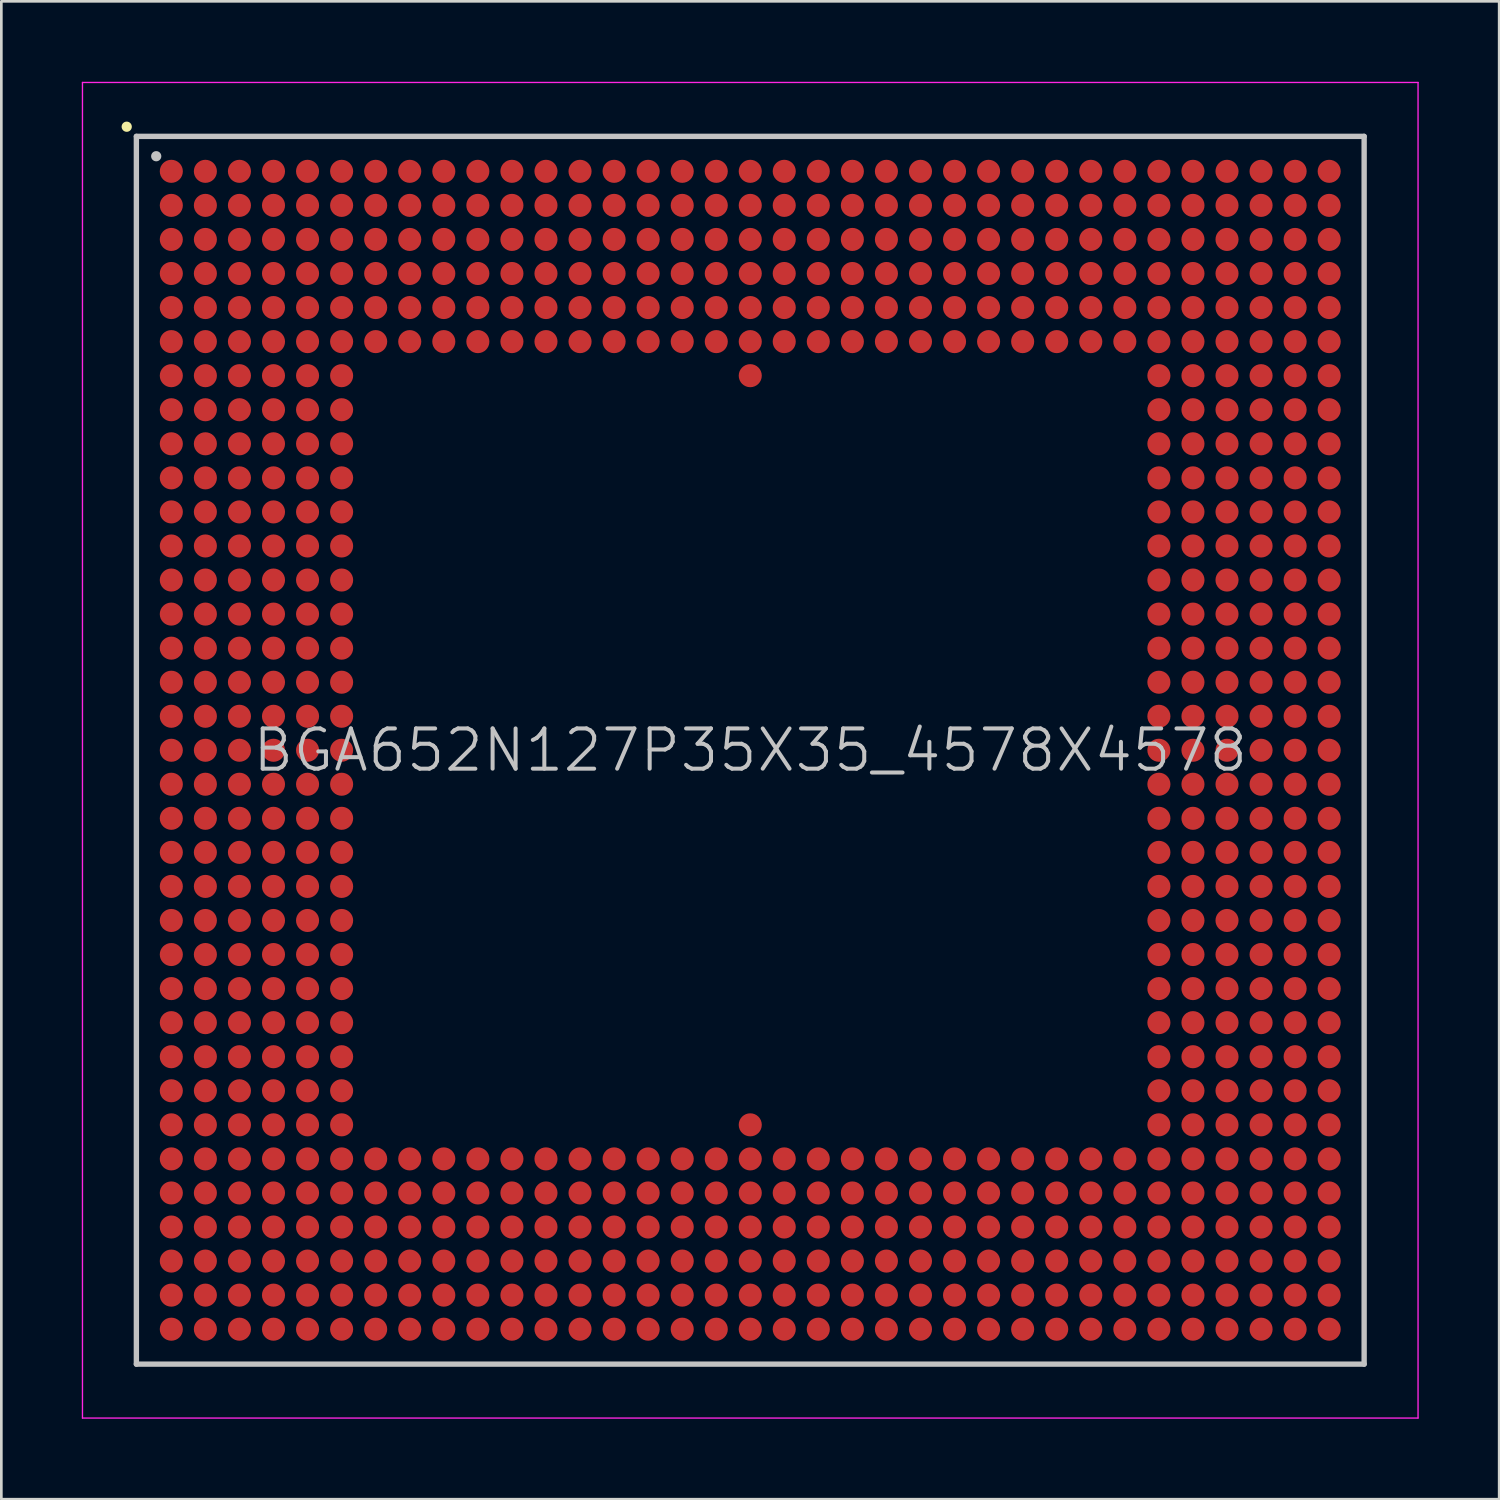
<source format=kicad_pcb>
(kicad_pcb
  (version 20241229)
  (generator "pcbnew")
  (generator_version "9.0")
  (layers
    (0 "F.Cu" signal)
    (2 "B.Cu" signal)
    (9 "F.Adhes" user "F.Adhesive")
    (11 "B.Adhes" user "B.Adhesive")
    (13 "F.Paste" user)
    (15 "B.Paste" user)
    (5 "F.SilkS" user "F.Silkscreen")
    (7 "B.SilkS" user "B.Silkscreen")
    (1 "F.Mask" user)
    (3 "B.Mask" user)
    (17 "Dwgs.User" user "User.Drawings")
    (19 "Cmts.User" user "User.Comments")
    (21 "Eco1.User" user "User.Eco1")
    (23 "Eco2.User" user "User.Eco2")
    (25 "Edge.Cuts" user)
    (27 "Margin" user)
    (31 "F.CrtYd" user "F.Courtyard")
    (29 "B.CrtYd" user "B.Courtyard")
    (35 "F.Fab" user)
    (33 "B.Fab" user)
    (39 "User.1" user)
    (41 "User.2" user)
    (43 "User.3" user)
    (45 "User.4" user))
  (footprint "BGA652N127P35X35_4578X4578"
    (layer "F.Cu")
    (at 24.925 24.925)
    (property "Reference" "BGA652N127P35X35_4578X4578" (at 0 0 0) (layer "Dwgs.User") (effects (font (size 1.5 1.5) (thickness 0.15))))
    (attr smd)
    (fp_line (start -23.25 -23.25) (end -23.25 -23.25) (stroke (width 0.381) (type solid)) (layer "F.SilkS"))
    (fp_line (start -22.89 -22.89) (end -22.89 22.89) (stroke (width 0.2) (type solid)) (layer "Dwgs.User"))
    (fp_line (start -22.89 -22.89) (end 22.89 -22.89) (stroke (width 0.2) (type solid)) (layer "Dwgs.User"))
    (fp_line (start -22.89 22.89) (end 22.89 22.89) (stroke (width 0.2) (type solid)) (layer "Dwgs.User"))
    (fp_line (start -22.15 -22.15) (end -22.15 -22.15) (stroke (width 0.381) (type solid)) (layer "Dwgs.User"))
    (fp_line (start 22.89 -22.89) (end 22.89 22.89) (stroke (width 0.2) (type solid)) (layer "Dwgs.User"))
    (fp_line (start -24.9 -24.9) (end -24.9 24.9) (stroke (width 0.05) (type solid)) (layer "F.CrtYd"))
    (fp_line (start -24.9 -24.9) (end 24.9 -24.9) (stroke (width 0.05) (type solid)) (layer "F.CrtYd"))
    (fp_line (start -24.9 24.9) (end 24.9 24.9) (stroke (width 0.05) (type solid)) (layer "F.CrtYd"))
    (fp_line (start 24.9 -24.9) (end 24.9 24.9) (stroke (width 0.05) (type solid)) (layer "F.CrtYd"))
    (pad "A1" smd circle (at -21.587 -21.587 270) (size 0.86 0.86) (layers "F.Cu" "F.Mask" "F.Paste"))
    (pad "A2" smd circle (at -20.317 -21.587 270) (size 0.86 0.86) (layers "F.Cu" "F.Mask" "F.Paste"))
    (pad "A3" smd circle (at -19.047 -21.587 270) (size 0.86 0.86) (layers "F.Cu" "F.Mask" "F.Paste"))
    (pad "A4" smd circle (at -17.777 -21.587 270) (size 0.86 0.86) (layers "F.Cu" "F.Mask" "F.Paste"))
    (pad "A5" smd circle (at -16.507 -21.587 270) (size 0.86 0.86) (layers "F.Cu" "F.Mask" "F.Paste"))
    (pad "A6" smd circle (at -15.237 -21.587 270) (size 0.86 0.86) (layers "F.Cu" "F.Mask" "F.Paste"))
    (pad "A7" smd circle (at -13.967 -21.587 270) (size 0.86 0.86) (layers "F.Cu" "F.Mask" "F.Paste"))
    (pad "A8" smd circle (at -12.697 -21.587 270) (size 0.86 0.86) (layers "F.Cu" "F.Mask" "F.Paste"))
    (pad "A9" smd circle (at -11.427 -21.587 270) (size 0.86 0.86) (layers "F.Cu" "F.Mask" "F.Paste"))
    (pad "A10" smd circle (at -10.157 -21.587 270) (size 0.86 0.86) (layers "F.Cu" "F.Mask" "F.Paste"))
    (pad "A11" smd circle (at -8.887 -21.587 270) (size 0.86 0.86) (layers "F.Cu" "F.Mask" "F.Paste"))
    (pad "A12" smd circle (at -7.617 -21.587 270) (size 0.86 0.86) (layers "F.Cu" "F.Mask" "F.Paste"))
    (pad "A13" smd circle (at -6.347 -21.587 270) (size 0.86 0.86) (layers "F.Cu" "F.Mask" "F.Paste"))
    (pad "A14" smd circle (at -5.077 -21.587 270) (size 0.86 0.86) (layers "F.Cu" "F.Mask" "F.Paste"))
    (pad "A15" smd circle (at -3.807 -21.587 270) (size 0.86 0.86) (layers "F.Cu" "F.Mask" "F.Paste"))
    (pad "A16" smd circle (at -2.537 -21.587 270) (size 0.86 0.86) (layers "F.Cu" "F.Mask" "F.Paste"))
    (pad "A17" smd circle (at -1.267 -21.587 270) (size 0.86 0.86) (layers "F.Cu" "F.Mask" "F.Paste"))
    (pad "A18" smd circle (at 0 -21.587 270) (size 0.86 0.86) (layers "F.Cu" "F.Mask" "F.Paste"))
    (pad "A19" smd circle (at 1.267 -21.587 270) (size 0.86 0.86) (layers "F.Cu" "F.Mask" "F.Paste"))
    (pad "A20" smd circle (at 2.537 -21.587 270) (size 0.86 0.86) (layers "F.Cu" "F.Mask" "F.Paste"))
    (pad "A21" smd circle (at 3.807 -21.587 270) (size 0.86 0.86) (layers "F.Cu" "F.Mask" "F.Paste"))
    (pad "A22" smd circle (at 5.077 -21.587 270) (size 0.86 0.86) (layers "F.Cu" "F.Mask" "F.Paste"))
    (pad "A23" smd circle (at 6.347 -21.587 270) (size 0.86 0.86) (layers "F.Cu" "F.Mask" "F.Paste"))
    (pad "A24" smd circle (at 7.617 -21.587 270) (size 0.86 0.86) (layers "F.Cu" "F.Mask" "F.Paste"))
    (pad "A25" smd circle (at 8.887 -21.587 270) (size 0.86 0.86) (layers "F.Cu" "F.Mask" "F.Paste"))
    (pad "A26" smd circle (at 10.157 -21.587 270) (size 0.86 0.86) (layers "F.Cu" "F.Mask" "F.Paste"))
    (pad "A27" smd circle (at 11.427 -21.587 270) (size 0.86 0.86) (layers "F.Cu" "F.Mask" "F.Paste"))
    (pad "A28" smd circle (at 12.697 -21.587 270) (size 0.86 0.86) (layers "F.Cu" "F.Mask" "F.Paste"))
    (pad "A29" smd circle (at 13.967 -21.587 270) (size 0.86 0.86) (layers "F.Cu" "F.Mask" "F.Paste"))
    (pad "A30" smd circle (at 15.237 -21.587 270) (size 0.86 0.86) (layers "F.Cu" "F.Mask" "F.Paste"))
    (pad "A31" smd circle (at 16.507 -21.587 270) (size 0.86 0.86) (layers "F.Cu" "F.Mask" "F.Paste"))
    (pad "A32" smd circle (at 17.777 -21.587 270) (size 0.86 0.86) (layers "F.Cu" "F.Mask" "F.Paste"))
    (pad "A33" smd circle (at 19.047 -21.587 270) (size 0.86 0.86) (layers "F.Cu" "F.Mask" "F.Paste"))
    (pad "A34" smd circle (at 20.317 -21.587 270) (size 0.86 0.86) (layers "F.Cu" "F.Mask" "F.Paste"))
    (pad "A35" smd circle (at 21.587 -21.587 270) (size 0.86 0.86) (layers "F.Cu" "F.Mask" "F.Paste"))
    (pad "AA1" smd circle (at -21.587 3.807 270) (size 0.86 0.86) (layers "F.Cu" "F.Mask" "F.Paste"))
    (pad "AA2" smd circle (at -20.317 3.807 270) (size 0.86 0.86) (layers "F.Cu" "F.Mask" "F.Paste"))
    (pad "AA3" smd circle (at -19.047 3.807 270) (size 0.86 0.86) (layers "F.Cu" "F.Mask" "F.Paste"))
    (pad "AA4" smd circle (at -17.777 3.807 270) (size 0.86 0.86) (layers "F.Cu" "F.Mask" "F.Paste"))
    (pad "AA5" smd circle (at -16.507 3.807 270) (size 0.86 0.86) (layers "F.Cu" "F.Mask" "F.Paste"))
    (pad "AA6" smd circle (at -15.237 3.807 270) (size 0.86 0.86) (layers "F.Cu" "F.Mask" "F.Paste"))
    (pad "AA30" smd circle (at 15.237 3.807 270) (size 0.86 0.86) (layers "F.Cu" "F.Mask" "F.Paste"))
    (pad "AA31" smd circle (at 16.507 3.807 270) (size 0.86 0.86) (layers "F.Cu" "F.Mask" "F.Paste"))
    (pad "AA32" smd circle (at 17.777 3.807 270) (size 0.86 0.86) (layers "F.Cu" "F.Mask" "F.Paste"))
    (pad "AA33" smd circle (at 19.047 3.807 270) (size 0.86 0.86) (layers "F.Cu" "F.Mask" "F.Paste"))
    (pad "AA34" smd circle (at 20.317 3.807 270) (size 0.86 0.86) (layers "F.Cu" "F.Mask" "F.Paste"))
    (pad "AA35" smd circle (at 21.587 3.807 270) (size 0.86 0.86) (layers "F.Cu" "F.Mask" "F.Paste"))
    (pad "AB1" smd circle (at -21.587 5.077 270) (size 0.86 0.86) (layers "F.Cu" "F.Mask" "F.Paste"))
    (pad "AB2" smd circle (at -20.317 5.077 270) (size 0.86 0.86) (layers "F.Cu" "F.Mask" "F.Paste"))
    (pad "AB3" smd circle (at -19.047 5.077 270) (size 0.86 0.86) (layers "F.Cu" "F.Mask" "F.Paste"))
    (pad "AB4" smd circle (at -17.777 5.077 270) (size 0.86 0.86) (layers "F.Cu" "F.Mask" "F.Paste"))
    (pad "AB5" smd circle (at -16.507 5.077 270) (size 0.86 0.86) (layers "F.Cu" "F.Mask" "F.Paste"))
    (pad "AB6" smd circle (at -15.237 5.077 270) (size 0.86 0.86) (layers "F.Cu" "F.Mask" "F.Paste"))
    (pad "AB30" smd circle (at 15.237 5.077 270) (size 0.86 0.86) (layers "F.Cu" "F.Mask" "F.Paste"))
    (pad "AB31" smd circle (at 16.507 5.077 270) (size 0.86 0.86) (layers "F.Cu" "F.Mask" "F.Paste"))
    (pad "AB32" smd circle (at 17.777 5.077 270) (size 0.86 0.86) (layers "F.Cu" "F.Mask" "F.Paste"))
    (pad "AB33" smd circle (at 19.047 5.077 270) (size 0.86 0.86) (layers "F.Cu" "F.Mask" "F.Paste"))
    (pad "AB34" smd circle (at 20.317 5.077 270) (size 0.86 0.86) (layers "F.Cu" "F.Mask" "F.Paste"))
    (pad "AB35" smd circle (at 21.587 5.077 270) (size 0.86 0.86) (layers "F.Cu" "F.Mask" "F.Paste"))
    (pad "AC1" smd circle (at -21.587 6.347 270) (size 0.86 0.86) (layers "F.Cu" "F.Mask" "F.Paste"))
    (pad "AC2" smd circle (at -20.317 6.347 270) (size 0.86 0.86) (layers "F.Cu" "F.Mask" "F.Paste"))
    (pad "AC3" smd circle (at -19.047 6.347 270) (size 0.86 0.86) (layers "F.Cu" "F.Mask" "F.Paste"))
    (pad "AC4" smd circle (at -17.777 6.347 270) (size 0.86 0.86) (layers "F.Cu" "F.Mask" "F.Paste"))
    (pad "AC5" smd circle (at -16.507 6.347 270) (size 0.86 0.86) (layers "F.Cu" "F.Mask" "F.Paste"))
    (pad "AC6" smd circle (at -15.237 6.347 270) (size 0.86 0.86) (layers "F.Cu" "F.Mask" "F.Paste"))
    (pad "AC30" smd circle (at 15.237 6.347 270) (size 0.86 0.86) (layers "F.Cu" "F.Mask" "F.Paste"))
    (pad "AC31" smd circle (at 16.507 6.347 270) (size 0.86 0.86) (layers "F.Cu" "F.Mask" "F.Paste"))
    (pad "AC32" smd circle (at 17.777 6.347 270) (size 0.86 0.86) (layers "F.Cu" "F.Mask" "F.Paste"))
    (pad "AC33" smd circle (at 19.047 6.347 270) (size 0.86 0.86) (layers "F.Cu" "F.Mask" "F.Paste"))
    (pad "AC34" smd circle (at 20.317 6.347 270) (size 0.86 0.86) (layers "F.Cu" "F.Mask" "F.Paste"))
    (pad "AC35" smd circle (at 21.587 6.347 270) (size 0.86 0.86) (layers "F.Cu" "F.Mask" "F.Paste"))
    (pad "AD1" smd circle (at -21.587 7.617 270) (size 0.86 0.86) (layers "F.Cu" "F.Mask" "F.Paste"))
    (pad "AD2" smd circle (at -20.317 7.617 270) (size 0.86 0.86) (layers "F.Cu" "F.Mask" "F.Paste"))
    (pad "AD3" smd circle (at -19.047 7.617 270) (size 0.86 0.86) (layers "F.Cu" "F.Mask" "F.Paste"))
    (pad "AD4" smd circle (at -17.777 7.617 270) (size 0.86 0.86) (layers "F.Cu" "F.Mask" "F.Paste"))
    (pad "AD5" smd circle (at -16.507 7.617 270) (size 0.86 0.86) (layers "F.Cu" "F.Mask" "F.Paste"))
    (pad "AD6" smd circle (at -15.237 7.617 270) (size 0.86 0.86) (layers "F.Cu" "F.Mask" "F.Paste"))
    (pad "AD30" smd circle (at 15.237 7.617 270) (size 0.86 0.86) (layers "F.Cu" "F.Mask" "F.Paste"))
    (pad "AD31" smd circle (at 16.507 7.617 270) (size 0.86 0.86) (layers "F.Cu" "F.Mask" "F.Paste"))
    (pad "AD32" smd circle (at 17.777 7.617 270) (size 0.86 0.86) (layers "F.Cu" "F.Mask" "F.Paste"))
    (pad "AD33" smd circle (at 19.047 7.617 270) (size 0.86 0.86) (layers "F.Cu" "F.Mask" "F.Paste"))
    (pad "AD34" smd circle (at 20.317 7.617 270) (size 0.86 0.86) (layers "F.Cu" "F.Mask" "F.Paste"))
    (pad "AD35" smd circle (at 21.587 7.617 270) (size 0.86 0.86) (layers "F.Cu" "F.Mask" "F.Paste"))
    (pad "AE1" smd circle (at -21.587 8.887 270) (size 0.86 0.86) (layers "F.Cu" "F.Mask" "F.Paste"))
    (pad "AE2" smd circle (at -20.317 8.887 270) (size 0.86 0.86) (layers "F.Cu" "F.Mask" "F.Paste"))
    (pad "AE3" smd circle (at -19.047 8.887 270) (size 0.86 0.86) (layers "F.Cu" "F.Mask" "F.Paste"))
    (pad "AE4" smd circle (at -17.777 8.887 270) (size 0.86 0.86) (layers "F.Cu" "F.Mask" "F.Paste"))
    (pad "AE5" smd circle (at -16.507 8.887 270) (size 0.86 0.86) (layers "F.Cu" "F.Mask" "F.Paste"))
    (pad "AE6" smd circle (at -15.237 8.887 270) (size 0.86 0.86) (layers "F.Cu" "F.Mask" "F.Paste"))
    (pad "AE30" smd circle (at 15.237 8.887 270) (size 0.86 0.86) (layers "F.Cu" "F.Mask" "F.Paste"))
    (pad "AE31" smd circle (at 16.507 8.887 270) (size 0.86 0.86) (layers "F.Cu" "F.Mask" "F.Paste"))
    (pad "AE32" smd circle (at 17.777 8.887 270) (size 0.86 0.86) (layers "F.Cu" "F.Mask" "F.Paste"))
    (pad "AE33" smd circle (at 19.047 8.887 270) (size 0.86 0.86) (layers "F.Cu" "F.Mask" "F.Paste"))
    (pad "AE34" smd circle (at 20.317 8.887 270) (size 0.86 0.86) (layers "F.Cu" "F.Mask" "F.Paste"))
    (pad "AE35" smd circle (at 21.587 8.887 270) (size 0.86 0.86) (layers "F.Cu" "F.Mask" "F.Paste"))
    (pad "AF1" smd circle (at -21.587 10.157 270) (size 0.86 0.86) (layers "F.Cu" "F.Mask" "F.Paste"))
    (pad "AF2" smd circle (at -20.317 10.157 270) (size 0.86 0.86) (layers "F.Cu" "F.Mask" "F.Paste"))
    (pad "AF3" smd circle (at -19.047 10.157 270) (size 0.86 0.86) (layers "F.Cu" "F.Mask" "F.Paste"))
    (pad "AF4" smd circle (at -17.777 10.157 270) (size 0.86 0.86) (layers "F.Cu" "F.Mask" "F.Paste"))
    (pad "AF5" smd circle (at -16.507 10.157 270) (size 0.86 0.86) (layers "F.Cu" "F.Mask" "F.Paste"))
    (pad "AF6" smd circle (at -15.237 10.157 270) (size 0.86 0.86) (layers "F.Cu" "F.Mask" "F.Paste"))
    (pad "AF30" smd circle (at 15.237 10.157 270) (size 0.86 0.86) (layers "F.Cu" "F.Mask" "F.Paste"))
    (pad "AF31" smd circle (at 16.507 10.157 270) (size 0.86 0.86) (layers "F.Cu" "F.Mask" "F.Paste"))
    (pad "AF32" smd circle (at 17.777 10.157 270) (size 0.86 0.86) (layers "F.Cu" "F.Mask" "F.Paste"))
    (pad "AF33" smd circle (at 19.047 10.157 270) (size 0.86 0.86) (layers "F.Cu" "F.Mask" "F.Paste"))
    (pad "AF34" smd circle (at 20.317 10.157 270) (size 0.86 0.86) (layers "F.Cu" "F.Mask" "F.Paste"))
    (pad "AF35" smd circle (at 21.587 10.157 270) (size 0.86 0.86) (layers "F.Cu" "F.Mask" "F.Paste"))
    (pad "AG1" smd circle (at -21.587 11.427 270) (size 0.86 0.86) (layers "F.Cu" "F.Mask" "F.Paste"))
    (pad "AG2" smd circle (at -20.317 11.427 270) (size 0.86 0.86) (layers "F.Cu" "F.Mask" "F.Paste"))
    (pad "AG3" smd circle (at -19.047 11.427 270) (size 0.86 0.86) (layers "F.Cu" "F.Mask" "F.Paste"))
    (pad "AG4" smd circle (at -17.777 11.427 270) (size 0.86 0.86) (layers "F.Cu" "F.Mask" "F.Paste"))
    (pad "AG5" smd circle (at -16.507 11.427 270) (size 0.86 0.86) (layers "F.Cu" "F.Mask" "F.Paste"))
    (pad "AG6" smd circle (at -15.237 11.427 270) (size 0.86 0.86) (layers "F.Cu" "F.Mask" "F.Paste"))
    (pad "AG30" smd circle (at 15.237 11.427 270) (size 0.86 0.86) (layers "F.Cu" "F.Mask" "F.Paste"))
    (pad "AG31" smd circle (at 16.507 11.427 270) (size 0.86 0.86) (layers "F.Cu" "F.Mask" "F.Paste"))
    (pad "AG32" smd circle (at 17.777 11.427 270) (size 0.86 0.86) (layers "F.Cu" "F.Mask" "F.Paste"))
    (pad "AG33" smd circle (at 19.047 11.427 270) (size 0.86 0.86) (layers "F.Cu" "F.Mask" "F.Paste"))
    (pad "AG34" smd circle (at 20.317 11.427 270) (size 0.86 0.86) (layers "F.Cu" "F.Mask" "F.Paste"))
    (pad "AG35" smd circle (at 21.587 11.427 270) (size 0.86 0.86) (layers "F.Cu" "F.Mask" "F.Paste"))
    (pad "AH1" smd circle (at -21.587 12.697 270) (size 0.86 0.86) (layers "F.Cu" "F.Mask" "F.Paste"))
    (pad "AH2" smd circle (at -20.317 12.697 270) (size 0.86 0.86) (layers "F.Cu" "F.Mask" "F.Paste"))
    (pad "AH3" smd circle (at -19.047 12.697 270) (size 0.86 0.86) (layers "F.Cu" "F.Mask" "F.Paste"))
    (pad "AH4" smd circle (at -17.777 12.697 270) (size 0.86 0.86) (layers "F.Cu" "F.Mask" "F.Paste"))
    (pad "AH5" smd circle (at -16.507 12.697 270) (size 0.86 0.86) (layers "F.Cu" "F.Mask" "F.Paste"))
    (pad "AH6" smd circle (at -15.237 12.697 270) (size 0.86 0.86) (layers "F.Cu" "F.Mask" "F.Paste"))
    (pad "AH30" smd circle (at 15.237 12.697 270) (size 0.86 0.86) (layers "F.Cu" "F.Mask" "F.Paste"))
    (pad "AH31" smd circle (at 16.507 12.697 270) (size 0.86 0.86) (layers "F.Cu" "F.Mask" "F.Paste"))
    (pad "AH32" smd circle (at 17.777 12.697 270) (size 0.86 0.86) (layers "F.Cu" "F.Mask" "F.Paste"))
    (pad "AH33" smd circle (at 19.047 12.697 270) (size 0.86 0.86) (layers "F.Cu" "F.Mask" "F.Paste"))
    (pad "AH34" smd circle (at 20.317 12.697 270) (size 0.86 0.86) (layers "F.Cu" "F.Mask" "F.Paste"))
    (pad "AH35" smd circle (at 21.587 12.697 270) (size 0.86 0.86) (layers "F.Cu" "F.Mask" "F.Paste"))
    (pad "AJ1" smd circle (at -21.587 13.967 270) (size 0.86 0.86) (layers "F.Cu" "F.Mask" "F.Paste"))
    (pad "AJ2" smd circle (at -20.317 13.967 270) (size 0.86 0.86) (layers "F.Cu" "F.Mask" "F.Paste"))
    (pad "AJ3" smd circle (at -19.047 13.967 270) (size 0.86 0.86) (layers "F.Cu" "F.Mask" "F.Paste"))
    (pad "AJ4" smd circle (at -17.777 13.967 270) (size 0.86 0.86) (layers "F.Cu" "F.Mask" "F.Paste"))
    (pad "AJ5" smd circle (at -16.507 13.967 270) (size 0.86 0.86) (layers "F.Cu" "F.Mask" "F.Paste"))
    (pad "AJ6" smd circle (at -15.237 13.967 270) (size 0.86 0.86) (layers "F.Cu" "F.Mask" "F.Paste"))
    (pad "AJ18" smd circle (at 0 13.967 270) (size 0.86 0.86) (layers "F.Cu" "F.Mask" "F.Paste"))
    (pad "AJ30" smd circle (at 15.237 13.967 270) (size 0.86 0.86) (layers "F.Cu" "F.Mask" "F.Paste"))
    (pad "AJ31" smd circle (at 16.507 13.967 270) (size 0.86 0.86) (layers "F.Cu" "F.Mask" "F.Paste"))
    (pad "AJ32" smd circle (at 17.777 13.967 270) (size 0.86 0.86) (layers "F.Cu" "F.Mask" "F.Paste"))
    (pad "AJ33" smd circle (at 19.047 13.967 270) (size 0.86 0.86) (layers "F.Cu" "F.Mask" "F.Paste"))
    (pad "AJ34" smd circle (at 20.317 13.967 270) (size 0.86 0.86) (layers "F.Cu" "F.Mask" "F.Paste"))
    (pad "AJ35" smd circle (at 21.587 13.967 270) (size 0.86 0.86) (layers "F.Cu" "F.Mask" "F.Paste"))
    (pad "AK1" smd circle (at -21.587 15.237 270) (size 0.86 0.86) (layers "F.Cu" "F.Mask" "F.Paste"))
    (pad "AK2" smd circle (at -20.317 15.237 270) (size 0.86 0.86) (layers "F.Cu" "F.Mask" "F.Paste"))
    (pad "AK3" smd circle (at -19.047 15.237 270) (size 0.86 0.86) (layers "F.Cu" "F.Mask" "F.Paste"))
    (pad "AK4" smd circle (at -17.777 15.237 270) (size 0.86 0.86) (layers "F.Cu" "F.Mask" "F.Paste"))
    (pad "AK5" smd circle (at -16.507 15.237 270) (size 0.86 0.86) (layers "F.Cu" "F.Mask" "F.Paste"))
    (pad "AK6" smd circle (at -15.237 15.237 270) (size 0.86 0.86) (layers "F.Cu" "F.Mask" "F.Paste"))
    (pad "AK7" smd circle (at -13.967 15.237 270) (size 0.86 0.86) (layers "F.Cu" "F.Mask" "F.Paste"))
    (pad "AK8" smd circle (at -12.697 15.237 270) (size 0.86 0.86) (layers "F.Cu" "F.Mask" "F.Paste"))
    (pad "AK9" smd circle (at -11.427 15.237 270) (size 0.86 0.86) (layers "F.Cu" "F.Mask" "F.Paste"))
    (pad "AK10" smd circle (at -10.157 15.237 270) (size 0.86 0.86) (layers "F.Cu" "F.Mask" "F.Paste"))
    (pad "AK11" smd circle (at -8.887 15.237 270) (size 0.86 0.86) (layers "F.Cu" "F.Mask" "F.Paste"))
    (pad "AK12" smd circle (at -7.617 15.237 270) (size 0.86 0.86) (layers "F.Cu" "F.Mask" "F.Paste"))
    (pad "AK13" smd circle (at -6.347 15.237 270) (size 0.86 0.86) (layers "F.Cu" "F.Mask" "F.Paste"))
    (pad "AK14" smd circle (at -5.077 15.237 270) (size 0.86 0.86) (layers "F.Cu" "F.Mask" "F.Paste"))
    (pad "AK15" smd circle (at -3.807 15.237 270) (size 0.86 0.86) (layers "F.Cu" "F.Mask" "F.Paste"))
    (pad "AK16" smd circle (at -2.537 15.237 270) (size 0.86 0.86) (layers "F.Cu" "F.Mask" "F.Paste"))
    (pad "AK17" smd circle (at -1.267 15.237 270) (size 0.86 0.86) (layers "F.Cu" "F.Mask" "F.Paste"))
    (pad "AK18" smd circle (at 0 15.237 270) (size 0.86 0.86) (layers "F.Cu" "F.Mask" "F.Paste"))
    (pad "AK19" smd circle (at 1.267 15.237 270) (size 0.86 0.86) (layers "F.Cu" "F.Mask" "F.Paste"))
    (pad "AK20" smd circle (at 2.537 15.237 270) (size 0.86 0.86) (layers "F.Cu" "F.Mask" "F.Paste"))
    (pad "AK21" smd circle (at 3.807 15.237 270) (size 0.86 0.86) (layers "F.Cu" "F.Mask" "F.Paste"))
    (pad "AK22" smd circle (at 5.077 15.237 270) (size 0.86 0.86) (layers "F.Cu" "F.Mask" "F.Paste"))
    (pad "AK23" smd circle (at 6.347 15.237 270) (size 0.86 0.86) (layers "F.Cu" "F.Mask" "F.Paste"))
    (pad "AK24" smd circle (at 7.617 15.237 270) (size 0.86 0.86) (layers "F.Cu" "F.Mask" "F.Paste"))
    (pad "AK25" smd circle (at 8.887 15.237 270) (size 0.86 0.86) (layers "F.Cu" "F.Mask" "F.Paste"))
    (pad "AK26" smd circle (at 10.157 15.237 270) (size 0.86 0.86) (layers "F.Cu" "F.Mask" "F.Paste"))
    (pad "AK27" smd circle (at 11.427 15.237 270) (size 0.86 0.86) (layers "F.Cu" "F.Mask" "F.Paste"))
    (pad "AK28" smd circle (at 12.697 15.237 270) (size 0.86 0.86) (layers "F.Cu" "F.Mask" "F.Paste"))
    (pad "AK29" smd circle (at 13.967 15.237 270) (size 0.86 0.86) (layers "F.Cu" "F.Mask" "F.Paste"))
    (pad "AK30" smd circle (at 15.237 15.237 270) (size 0.86 0.86) (layers "F.Cu" "F.Mask" "F.Paste"))
    (pad "AK31" smd circle (at 16.507 15.237 270) (size 0.86 0.86) (layers "F.Cu" "F.Mask" "F.Paste"))
    (pad "AK32" smd circle (at 17.777 15.237 270) (size 0.86 0.86) (layers "F.Cu" "F.Mask" "F.Paste"))
    (pad "AK33" smd circle (at 19.047 15.237 270) (size 0.86 0.86) (layers "F.Cu" "F.Mask" "F.Paste"))
    (pad "AK34" smd circle (at 20.317 15.237 270) (size 0.86 0.86) (layers "F.Cu" "F.Mask" "F.Paste"))
    (pad "AK35" smd circle (at 21.587 15.237 270) (size 0.86 0.86) (layers "F.Cu" "F.Mask" "F.Paste"))
    (pad "AL1" smd circle (at -21.587 16.507 270) (size 0.86 0.86) (layers "F.Cu" "F.Mask" "F.Paste"))
    (pad "AL2" smd circle (at -20.317 16.507 270) (size 0.86 0.86) (layers "F.Cu" "F.Mask" "F.Paste"))
    (pad "AL3" smd circle (at -19.047 16.507 270) (size 0.86 0.86) (layers "F.Cu" "F.Mask" "F.Paste"))
    (pad "AL4" smd circle (at -17.777 16.507 270) (size 0.86 0.86) (layers "F.Cu" "F.Mask" "F.Paste"))
    (pad "AL5" smd circle (at -16.507 16.507 270) (size 0.86 0.86) (layers "F.Cu" "F.Mask" "F.Paste"))
    (pad "AL6" smd circle (at -15.237 16.507 270) (size 0.86 0.86) (layers "F.Cu" "F.Mask" "F.Paste"))
    (pad "AL7" smd circle (at -13.967 16.507 270) (size 0.86 0.86) (layers "F.Cu" "F.Mask" "F.Paste"))
    (pad "AL8" smd circle (at -12.697 16.507 270) (size 0.86 0.86) (layers "F.Cu" "F.Mask" "F.Paste"))
    (pad "AL9" smd circle (at -11.427 16.507 270) (size 0.86 0.86) (layers "F.Cu" "F.Mask" "F.Paste"))
    (pad "AL10" smd circle (at -10.157 16.507 270) (size 0.86 0.86) (layers "F.Cu" "F.Mask" "F.Paste"))
    (pad "AL11" smd circle (at -8.887 16.507 270) (size 0.86 0.86) (layers "F.Cu" "F.Mask" "F.Paste"))
    (pad "AL12" smd circle (at -7.617 16.507 270) (size 0.86 0.86) (layers "F.Cu" "F.Mask" "F.Paste"))
    (pad "AL13" smd circle (at -6.347 16.507 270) (size 0.86 0.86) (layers "F.Cu" "F.Mask" "F.Paste"))
    (pad "AL14" smd circle (at -5.077 16.507 270) (size 0.86 0.86) (layers "F.Cu" "F.Mask" "F.Paste"))
    (pad "AL15" smd circle (at -3.807 16.507 270) (size 0.86 0.86) (layers "F.Cu" "F.Mask" "F.Paste"))
    (pad "AL16" smd circle (at -2.537 16.507 270) (size 0.86 0.86) (layers "F.Cu" "F.Mask" "F.Paste"))
    (pad "AL17" smd circle (at -1.267 16.507 270) (size 0.86 0.86) (layers "F.Cu" "F.Mask" "F.Paste"))
    (pad "AL18" smd circle (at 0 16.507 270) (size 0.86 0.86) (layers "F.Cu" "F.Mask" "F.Paste"))
    (pad "AL19" smd circle (at 1.267 16.507 270) (size 0.86 0.86) (layers "F.Cu" "F.Mask" "F.Paste"))
    (pad "AL20" smd circle (at 2.537 16.507 270) (size 0.86 0.86) (layers "F.Cu" "F.Mask" "F.Paste"))
    (pad "AL21" smd circle (at 3.807 16.507 270) (size 0.86 0.86) (layers "F.Cu" "F.Mask" "F.Paste"))
    (pad "AL22" smd circle (at 5.077 16.507 270) (size 0.86 0.86) (layers "F.Cu" "F.Mask" "F.Paste"))
    (pad "AL23" smd circle (at 6.347 16.507 270) (size 0.86 0.86) (layers "F.Cu" "F.Mask" "F.Paste"))
    (pad "AL24" smd circle (at 7.617 16.507 270) (size 0.86 0.86) (layers "F.Cu" "F.Mask" "F.Paste"))
    (pad "AL25" smd circle (at 8.887 16.507 270) (size 0.86 0.86) (layers "F.Cu" "F.Mask" "F.Paste"))
    (pad "AL26" smd circle (at 10.157 16.507 270) (size 0.86 0.86) (layers "F.Cu" "F.Mask" "F.Paste"))
    (pad "AL27" smd circle (at 11.427 16.507 270) (size 0.86 0.86) (layers "F.Cu" "F.Mask" "F.Paste"))
    (pad "AL28" smd circle (at 12.697 16.507 270) (size 0.86 0.86) (layers "F.Cu" "F.Mask" "F.Paste"))
    (pad "AL29" smd circle (at 13.967 16.507 270) (size 0.86 0.86) (layers "F.Cu" "F.Mask" "F.Paste"))
    (pad "AL30" smd circle (at 15.237 16.507 270) (size 0.86 0.86) (layers "F.Cu" "F.Mask" "F.Paste"))
    (pad "AL31" smd circle (at 16.507 16.507 270) (size 0.86 0.86) (layers "F.Cu" "F.Mask" "F.Paste"))
    (pad "AL32" smd circle (at 17.777 16.507 270) (size 0.86 0.86) (layers "F.Cu" "F.Mask" "F.Paste"))
    (pad "AL33" smd circle (at 19.047 16.507 270) (size 0.86 0.86) (layers "F.Cu" "F.Mask" "F.Paste"))
    (pad "AL34" smd circle (at 20.317 16.507 270) (size 0.86 0.86) (layers "F.Cu" "F.Mask" "F.Paste"))
    (pad "AL35" smd circle (at 21.587 16.507 270) (size 0.86 0.86) (layers "F.Cu" "F.Mask" "F.Paste"))
    (pad "AM1" smd circle (at -21.587 17.777 270) (size 0.86 0.86) (layers "F.Cu" "F.Mask" "F.Paste"))
    (pad "AM2" smd circle (at -20.317 17.777 270) (size 0.86 0.86) (layers "F.Cu" "F.Mask" "F.Paste"))
    (pad "AM3" smd circle (at -19.047 17.777 270) (size 0.86 0.86) (layers "F.Cu" "F.Mask" "F.Paste"))
    (pad "AM4" smd circle (at -17.777 17.777 270) (size 0.86 0.86) (layers "F.Cu" "F.Mask" "F.Paste"))
    (pad "AM5" smd circle (at -16.507 17.777 270) (size 0.86 0.86) (layers "F.Cu" "F.Mask" "F.Paste"))
    (pad "AM6" smd circle (at -15.237 17.777 270) (size 0.86 0.86) (layers "F.Cu" "F.Mask" "F.Paste"))
    (pad "AM7" smd circle (at -13.967 17.777 270) (size 0.86 0.86) (layers "F.Cu" "F.Mask" "F.Paste"))
    (pad "AM8" smd circle (at -12.697 17.777 270) (size 0.86 0.86) (layers "F.Cu" "F.Mask" "F.Paste"))
    (pad "AM9" smd circle (at -11.427 17.777 270) (size 0.86 0.86) (layers "F.Cu" "F.Mask" "F.Paste"))
    (pad "AM10" smd circle (at -10.157 17.777 270) (size 0.86 0.86) (layers "F.Cu" "F.Mask" "F.Paste"))
    (pad "AM11" smd circle (at -8.887 17.777 270) (size 0.86 0.86) (layers "F.Cu" "F.Mask" "F.Paste"))
    (pad "AM12" smd circle (at -7.617 17.777 270) (size 0.86 0.86) (layers "F.Cu" "F.Mask" "F.Paste"))
    (pad "AM13" smd circle (at -6.347 17.777 270) (size 0.86 0.86) (layers "F.Cu" "F.Mask" "F.Paste"))
    (pad "AM14" smd circle (at -5.077 17.777 270) (size 0.86 0.86) (layers "F.Cu" "F.Mask" "F.Paste"))
    (pad "AM15" smd circle (at -3.807 17.777 270) (size 0.86 0.86) (layers "F.Cu" "F.Mask" "F.Paste"))
    (pad "AM16" smd circle (at -2.537 17.777 270) (size 0.86 0.86) (layers "F.Cu" "F.Mask" "F.Paste"))
    (pad "AM17" smd circle (at -1.267 17.777 270) (size 0.86 0.86) (layers "F.Cu" "F.Mask" "F.Paste"))
    (pad "AM18" smd circle (at 0 17.777 270) (size 0.86 0.86) (layers "F.Cu" "F.Mask" "F.Paste"))
    (pad "AM19" smd circle (at 1.267 17.777 270) (size 0.86 0.86) (layers "F.Cu" "F.Mask" "F.Paste"))
    (pad "AM20" smd circle (at 2.537 17.777 270) (size 0.86 0.86) (layers "F.Cu" "F.Mask" "F.Paste"))
    (pad "AM21" smd circle (at 3.807 17.777 270) (size 0.86 0.86) (layers "F.Cu" "F.Mask" "F.Paste"))
    (pad "AM22" smd circle (at 5.077 17.777 270) (size 0.86 0.86) (layers "F.Cu" "F.Mask" "F.Paste"))
    (pad "AM23" smd circle (at 6.347 17.777 270) (size 0.86 0.86) (layers "F.Cu" "F.Mask" "F.Paste"))
    (pad "AM24" smd circle (at 7.617 17.777 270) (size 0.86 0.86) (layers "F.Cu" "F.Mask" "F.Paste"))
    (pad "AM25" smd circle (at 8.887 17.777 270) (size 0.86 0.86) (layers "F.Cu" "F.Mask" "F.Paste"))
    (pad "AM26" smd circle (at 10.157 17.777 270) (size 0.86 0.86) (layers "F.Cu" "F.Mask" "F.Paste"))
    (pad "AM27" smd circle (at 11.427 17.777 270) (size 0.86 0.86) (layers "F.Cu" "F.Mask" "F.Paste"))
    (pad "AM28" smd circle (at 12.697 17.777 270) (size 0.86 0.86) (layers "F.Cu" "F.Mask" "F.Paste"))
    (pad "AM29" smd circle (at 13.967 17.777 270) (size 0.86 0.86) (layers "F.Cu" "F.Mask" "F.Paste"))
    (pad "AM30" smd circle (at 15.237 17.777 270) (size 0.86 0.86) (layers "F.Cu" "F.Mask" "F.Paste"))
    (pad "AM31" smd circle (at 16.507 17.777 270) (size 0.86 0.86) (layers "F.Cu" "F.Mask" "F.Paste"))
    (pad "AM32" smd circle (at 17.777 17.777 270) (size 0.86 0.86) (layers "F.Cu" "F.Mask" "F.Paste"))
    (pad "AM33" smd circle (at 19.047 17.777 270) (size 0.86 0.86) (layers "F.Cu" "F.Mask" "F.Paste"))
    (pad "AM34" smd circle (at 20.317 17.777 270) (size 0.86 0.86) (layers "F.Cu" "F.Mask" "F.Paste"))
    (pad "AM35" smd circle (at 21.587 17.777 270) (size 0.86 0.86) (layers "F.Cu" "F.Mask" "F.Paste"))
    (pad "AN1" smd circle (at -21.587 19.047 270) (size 0.86 0.86) (layers "F.Cu" "F.Mask" "F.Paste"))
    (pad "AN2" smd circle (at -20.317 19.047 270) (size 0.86 0.86) (layers "F.Cu" "F.Mask" "F.Paste"))
    (pad "AN3" smd circle (at -19.047 19.047 270) (size 0.86 0.86) (layers "F.Cu" "F.Mask" "F.Paste"))
    (pad "AN4" smd circle (at -17.777 19.047 270) (size 0.86 0.86) (layers "F.Cu" "F.Mask" "F.Paste"))
    (pad "AN5" smd circle (at -16.507 19.047 270) (size 0.86 0.86) (layers "F.Cu" "F.Mask" "F.Paste"))
    (pad "AN6" smd circle (at -15.237 19.047 270) (size 0.86 0.86) (layers "F.Cu" "F.Mask" "F.Paste"))
    (pad "AN7" smd circle (at -13.967 19.047 270) (size 0.86 0.86) (layers "F.Cu" "F.Mask" "F.Paste"))
    (pad "AN8" smd circle (at -12.697 19.047 270) (size 0.86 0.86) (layers "F.Cu" "F.Mask" "F.Paste"))
    (pad "AN9" smd circle (at -11.427 19.047 270) (size 0.86 0.86) (layers "F.Cu" "F.Mask" "F.Paste"))
    (pad "AN10" smd circle (at -10.157 19.047 270) (size 0.86 0.86) (layers "F.Cu" "F.Mask" "F.Paste"))
    (pad "AN11" smd circle (at -8.887 19.047 270) (size 0.86 0.86) (layers "F.Cu" "F.Mask" "F.Paste"))
    (pad "AN12" smd circle (at -7.617 19.047 270) (size 0.86 0.86) (layers "F.Cu" "F.Mask" "F.Paste"))
    (pad "AN13" smd circle (at -6.347 19.047 270) (size 0.86 0.86) (layers "F.Cu" "F.Mask" "F.Paste"))
    (pad "AN14" smd circle (at -5.077 19.047 270) (size 0.86 0.86) (layers "F.Cu" "F.Mask" "F.Paste"))
    (pad "AN15" smd circle (at -3.807 19.047 270) (size 0.86 0.86) (layers "F.Cu" "F.Mask" "F.Paste"))
    (pad "AN16" smd circle (at -2.537 19.047 270) (size 0.86 0.86) (layers "F.Cu" "F.Mask" "F.Paste"))
    (pad "AN17" smd circle (at -1.267 19.047 270) (size 0.86 0.86) (layers "F.Cu" "F.Mask" "F.Paste"))
    (pad "AN18" smd circle (at 0 19.047 270) (size 0.86 0.86) (layers "F.Cu" "F.Mask" "F.Paste"))
    (pad "AN19" smd circle (at 1.267 19.047 270) (size 0.86 0.86) (layers "F.Cu" "F.Mask" "F.Paste"))
    (pad "AN20" smd circle (at 2.537 19.047 270) (size 0.86 0.86) (layers "F.Cu" "F.Mask" "F.Paste"))
    (pad "AN21" smd circle (at 3.807 19.047 270) (size 0.86 0.86) (layers "F.Cu" "F.Mask" "F.Paste"))
    (pad "AN22" smd circle (at 5.077 19.047 270) (size 0.86 0.86) (layers "F.Cu" "F.Mask" "F.Paste"))
    (pad "AN23" smd circle (at 6.347 19.047 270) (size 0.86 0.86) (layers "F.Cu" "F.Mask" "F.Paste"))
    (pad "AN24" smd circle (at 7.617 19.047 270) (size 0.86 0.86) (layers "F.Cu" "F.Mask" "F.Paste"))
    (pad "AN25" smd circle (at 8.887 19.047 270) (size 0.86 0.86) (layers "F.Cu" "F.Mask" "F.Paste"))
    (pad "AN26" smd circle (at 10.157 19.047 270) (size 0.86 0.86) (layers "F.Cu" "F.Mask" "F.Paste"))
    (pad "AN27" smd circle (at 11.427 19.047 270) (size 0.86 0.86) (layers "F.Cu" "F.Mask" "F.Paste"))
    (pad "AN28" smd circle (at 12.697 19.047 270) (size 0.86 0.86) (layers "F.Cu" "F.Mask" "F.Paste"))
    (pad "AN29" smd circle (at 13.967 19.047 270) (size 0.86 0.86) (layers "F.Cu" "F.Mask" "F.Paste"))
    (pad "AN30" smd circle (at 15.237 19.047 270) (size 0.86 0.86) (layers "F.Cu" "F.Mask" "F.Paste"))
    (pad "AN31" smd circle (at 16.507 19.047 270) (size 0.86 0.86) (layers "F.Cu" "F.Mask" "F.Paste"))
    (pad "AN32" smd circle (at 17.777 19.047 270) (size 0.86 0.86) (layers "F.Cu" "F.Mask" "F.Paste"))
    (pad "AN33" smd circle (at 19.047 19.047 270) (size 0.86 0.86) (layers "F.Cu" "F.Mask" "F.Paste"))
    (pad "AN34" smd circle (at 20.317 19.047 270) (size 0.86 0.86) (layers "F.Cu" "F.Mask" "F.Paste"))
    (pad "AN35" smd circle (at 21.587 19.047 270) (size 0.86 0.86) (layers "F.Cu" "F.Mask" "F.Paste"))
    (pad "AP1" smd circle (at -21.587 20.317 270) (size 0.86 0.86) (layers "F.Cu" "F.Mask" "F.Paste"))
    (pad "AP2" smd circle (at -20.317 20.317 270) (size 0.86 0.86) (layers "F.Cu" "F.Mask" "F.Paste"))
    (pad "AP3" smd circle (at -19.047 20.317 270) (size 0.86 0.86) (layers "F.Cu" "F.Mask" "F.Paste"))
    (pad "AP4" smd circle (at -17.777 20.317 270) (size 0.86 0.86) (layers "F.Cu" "F.Mask" "F.Paste"))
    (pad "AP5" smd circle (at -16.507 20.317 270) (size 0.86 0.86) (layers "F.Cu" "F.Mask" "F.Paste"))
    (pad "AP6" smd circle (at -15.237 20.317 270) (size 0.86 0.86) (layers "F.Cu" "F.Mask" "F.Paste"))
    (pad "AP7" smd circle (at -13.967 20.317 270) (size 0.86 0.86) (layers "F.Cu" "F.Mask" "F.Paste"))
    (pad "AP8" smd circle (at -12.697 20.317 270) (size 0.86 0.86) (layers "F.Cu" "F.Mask" "F.Paste"))
    (pad "AP9" smd circle (at -11.427 20.317 270) (size 0.86 0.86) (layers "F.Cu" "F.Mask" "F.Paste"))
    (pad "AP10" smd circle (at -10.157 20.317 270) (size 0.86 0.86) (layers "F.Cu" "F.Mask" "F.Paste"))
    (pad "AP11" smd circle (at -8.887 20.317 270) (size 0.86 0.86) (layers "F.Cu" "F.Mask" "F.Paste"))
    (pad "AP12" smd circle (at -7.617 20.317 270) (size 0.86 0.86) (layers "F.Cu" "F.Mask" "F.Paste"))
    (pad "AP13" smd circle (at -6.347 20.317 270) (size 0.86 0.86) (layers "F.Cu" "F.Mask" "F.Paste"))
    (pad "AP14" smd circle (at -5.077 20.317 270) (size 0.86 0.86) (layers "F.Cu" "F.Mask" "F.Paste"))
    (pad "AP15" smd circle (at -3.807 20.317 270) (size 0.86 0.86) (layers "F.Cu" "F.Mask" "F.Paste"))
    (pad "AP16" smd circle (at -2.537 20.317 270) (size 0.86 0.86) (layers "F.Cu" "F.Mask" "F.Paste"))
    (pad "AP17" smd circle (at -1.267 20.317 270) (size 0.86 0.86) (layers "F.Cu" "F.Mask" "F.Paste"))
    (pad "AP18" smd circle (at 0 20.317 270) (size 0.86 0.86) (layers "F.Cu" "F.Mask" "F.Paste"))
    (pad "AP19" smd circle (at 1.267 20.317 270) (size 0.86 0.86) (layers "F.Cu" "F.Mask" "F.Paste"))
    (pad "AP20" smd circle (at 2.537 20.317 270) (size 0.86 0.86) (layers "F.Cu" "F.Mask" "F.Paste"))
    (pad "AP21" smd circle (at 3.807 20.317 270) (size 0.86 0.86) (layers "F.Cu" "F.Mask" "F.Paste"))
    (pad "AP22" smd circle (at 5.077 20.317 270) (size 0.86 0.86) (layers "F.Cu" "F.Mask" "F.Paste"))
    (pad "AP23" smd circle (at 6.347 20.317 270) (size 0.86 0.86) (layers "F.Cu" "F.Mask" "F.Paste"))
    (pad "AP24" smd circle (at 7.617 20.317 270) (size 0.86 0.86) (layers "F.Cu" "F.Mask" "F.Paste"))
    (pad "AP25" smd circle (at 8.887 20.317 270) (size 0.86 0.86) (layers "F.Cu" "F.Mask" "F.Paste"))
    (pad "AP26" smd circle (at 10.157 20.317 270) (size 0.86 0.86) (layers "F.Cu" "F.Mask" "F.Paste"))
    (pad "AP27" smd circle (at 11.427 20.317 270) (size 0.86 0.86) (layers "F.Cu" "F.Mask" "F.Paste"))
    (pad "AP28" smd circle (at 12.697 20.317 270) (size 0.86 0.86) (layers "F.Cu" "F.Mask" "F.Paste"))
    (pad "AP29" smd circle (at 13.967 20.317 270) (size 0.86 0.86) (layers "F.Cu" "F.Mask" "F.Paste"))
    (pad "AP30" smd circle (at 15.237 20.317 270) (size 0.86 0.86) (layers "F.Cu" "F.Mask" "F.Paste"))
    (pad "AP31" smd circle (at 16.507 20.317 270) (size 0.86 0.86) (layers "F.Cu" "F.Mask" "F.Paste"))
    (pad "AP32" smd circle (at 17.777 20.317 270) (size 0.86 0.86) (layers "F.Cu" "F.Mask" "F.Paste"))
    (pad "AP33" smd circle (at 19.047 20.317 270) (size 0.86 0.86) (layers "F.Cu" "F.Mask" "F.Paste"))
    (pad "AP34" smd circle (at 20.317 20.317 270) (size 0.86 0.86) (layers "F.Cu" "F.Mask" "F.Paste"))
    (pad "AP35" smd circle (at 21.587 20.317 270) (size 0.86 0.86) (layers "F.Cu" "F.Mask" "F.Paste"))
    (pad "AR1" smd circle (at -21.587 21.587 270) (size 0.86 0.86) (layers "F.Cu" "F.Mask" "F.Paste"))
    (pad "AR2" smd circle (at -20.317 21.587 270) (size 0.86 0.86) (layers "F.Cu" "F.Mask" "F.Paste"))
    (pad "AR3" smd circle (at -19.047 21.587 270) (size 0.86 0.86) (layers "F.Cu" "F.Mask" "F.Paste"))
    (pad "AR4" smd circle (at -17.777 21.587 270) (size 0.86 0.86) (layers "F.Cu" "F.Mask" "F.Paste"))
    (pad "AR5" smd circle (at -16.507 21.587 270) (size 0.86 0.86) (layers "F.Cu" "F.Mask" "F.Paste"))
    (pad "AR6" smd circle (at -15.237 21.587 270) (size 0.86 0.86) (layers "F.Cu" "F.Mask" "F.Paste"))
    (pad "AR7" smd circle (at -13.967 21.587 270) (size 0.86 0.86) (layers "F.Cu" "F.Mask" "F.Paste"))
    (pad "AR8" smd circle (at -12.697 21.587 270) (size 0.86 0.86) (layers "F.Cu" "F.Mask" "F.Paste"))
    (pad "AR9" smd circle (at -11.427 21.587 270) (size 0.86 0.86) (layers "F.Cu" "F.Mask" "F.Paste"))
    (pad "AR10" smd circle (at -10.157 21.587 270) (size 0.86 0.86) (layers "F.Cu" "F.Mask" "F.Paste"))
    (pad "AR11" smd circle (at -8.887 21.587 270) (size 0.86 0.86) (layers "F.Cu" "F.Mask" "F.Paste"))
    (pad "AR12" smd circle (at -7.617 21.587 270) (size 0.86 0.86) (layers "F.Cu" "F.Mask" "F.Paste"))
    (pad "AR13" smd circle (at -6.347 21.587 270) (size 0.86 0.86) (layers "F.Cu" "F.Mask" "F.Paste"))
    (pad "AR14" smd circle (at -5.077 21.587 270) (size 0.86 0.86) (layers "F.Cu" "F.Mask" "F.Paste"))
    (pad "AR15" smd circle (at -3.807 21.587 270) (size 0.86 0.86) (layers "F.Cu" "F.Mask" "F.Paste"))
    (pad "AR16" smd circle (at -2.537 21.587 270) (size 0.86 0.86) (layers "F.Cu" "F.Mask" "F.Paste"))
    (pad "AR17" smd circle (at -1.267 21.587 270) (size 0.86 0.86) (layers "F.Cu" "F.Mask" "F.Paste"))
    (pad "AR18" smd circle (at 0 21.587 270) (size 0.86 0.86) (layers "F.Cu" "F.Mask" "F.Paste"))
    (pad "AR19" smd circle (at 1.267 21.587 270) (size 0.86 0.86) (layers "F.Cu" "F.Mask" "F.Paste"))
    (pad "AR20" smd circle (at 2.537 21.587 270) (size 0.86 0.86) (layers "F.Cu" "F.Mask" "F.Paste"))
    (pad "AR21" smd circle (at 3.807 21.587 270) (size 0.86 0.86) (layers "F.Cu" "F.Mask" "F.Paste"))
    (pad "AR22" smd circle (at 5.077 21.587 270) (size 0.86 0.86) (layers "F.Cu" "F.Mask" "F.Paste"))
    (pad "AR23" smd circle (at 6.347 21.587 270) (size 0.86 0.86) (layers "F.Cu" "F.Mask" "F.Paste"))
    (pad "AR24" smd circle (at 7.617 21.587 270) (size 0.86 0.86) (layers "F.Cu" "F.Mask" "F.Paste"))
    (pad "AR25" smd circle (at 8.887 21.587 270) (size 0.86 0.86) (layers "F.Cu" "F.Mask" "F.Paste"))
    (pad "AR26" smd circle (at 10.157 21.587 270) (size 0.86 0.86) (layers "F.Cu" "F.Mask" "F.Paste"))
    (pad "AR27" smd circle (at 11.427 21.587 270) (size 0.86 0.86) (layers "F.Cu" "F.Mask" "F.Paste"))
    (pad "AR28" smd circle (at 12.697 21.587 270) (size 0.86 0.86) (layers "F.Cu" "F.Mask" "F.Paste"))
    (pad "AR29" smd circle (at 13.967 21.587 270) (size 0.86 0.86) (layers "F.Cu" "F.Mask" "F.Paste"))
    (pad "AR30" smd circle (at 15.237 21.587 270) (size 0.86 0.86) (layers "F.Cu" "F.Mask" "F.Paste"))
    (pad "AR31" smd circle (at 16.507 21.587 270) (size 0.86 0.86) (layers "F.Cu" "F.Mask" "F.Paste"))
    (pad "AR32" smd circle (at 17.777 21.587 270) (size 0.86 0.86) (layers "F.Cu" "F.Mask" "F.Paste"))
    (pad "AR33" smd circle (at 19.047 21.587 270) (size 0.86 0.86) (layers "F.Cu" "F.Mask" "F.Paste"))
    (pad "AR34" smd circle (at 20.317 21.587 270) (size 0.86 0.86) (layers "F.Cu" "F.Mask" "F.Paste"))
    (pad "AR35" smd circle (at 21.587 21.587 270) (size 0.86 0.86) (layers "F.Cu" "F.Mask" "F.Paste"))
    (pad "B1" smd circle (at -21.587 -20.317 270) (size 0.86 0.86) (layers "F.Cu" "F.Mask" "F.Paste"))
    (pad "B2" smd circle (at -20.317 -20.317 270) (size 0.86 0.86) (layers "F.Cu" "F.Mask" "F.Paste"))
    (pad "B3" smd circle (at -19.047 -20.317 270) (size 0.86 0.86) (layers "F.Cu" "F.Mask" "F.Paste"))
    (pad "B4" smd circle (at -17.777 -20.317 270) (size 0.86 0.86) (layers "F.Cu" "F.Mask" "F.Paste"))
    (pad "B5" smd circle (at -16.507 -20.317 270) (size 0.86 0.86) (layers "F.Cu" "F.Mask" "F.Paste"))
    (pad "B6" smd circle (at -15.237 -20.317 270) (size 0.86 0.86) (layers "F.Cu" "F.Mask" "F.Paste"))
    (pad "B7" smd circle (at -13.967 -20.317 270) (size 0.86 0.86) (layers "F.Cu" "F.Mask" "F.Paste"))
    (pad "B8" smd circle (at -12.697 -20.317 270) (size 0.86 0.86) (layers "F.Cu" "F.Mask" "F.Paste"))
    (pad "B9" smd circle (at -11.427 -20.317 270) (size 0.86 0.86) (layers "F.Cu" "F.Mask" "F.Paste"))
    (pad "B10" smd circle (at -10.157 -20.317 270) (size 0.86 0.86) (layers "F.Cu" "F.Mask" "F.Paste"))
    (pad "B11" smd circle (at -8.887 -20.317 270) (size 0.86 0.86) (layers "F.Cu" "F.Mask" "F.Paste"))
    (pad "B12" smd circle (at -7.617 -20.317 270) (size 0.86 0.86) (layers "F.Cu" "F.Mask" "F.Paste"))
    (pad "B13" smd circle (at -6.347 -20.317 270) (size 0.86 0.86) (layers "F.Cu" "F.Mask" "F.Paste"))
    (pad "B14" smd circle (at -5.077 -20.317 270) (size 0.86 0.86) (layers "F.Cu" "F.Mask" "F.Paste"))
    (pad "B15" smd circle (at -3.807 -20.317 270) (size 0.86 0.86) (layers "F.Cu" "F.Mask" "F.Paste"))
    (pad "B16" smd circle (at -2.537 -20.317 270) (size 0.86 0.86) (layers "F.Cu" "F.Mask" "F.Paste"))
    (pad "B17" smd circle (at -1.267 -20.317 270) (size 0.86 0.86) (layers "F.Cu" "F.Mask" "F.Paste"))
    (pad "B18" smd circle (at 0 -20.317 270) (size 0.86 0.86) (layers "F.Cu" "F.Mask" "F.Paste"))
    (pad "B19" smd circle (at 1.267 -20.317 270) (size 0.86 0.86) (layers "F.Cu" "F.Mask" "F.Paste"))
    (pad "B20" smd circle (at 2.537 -20.317 270) (size 0.86 0.86) (layers "F.Cu" "F.Mask" "F.Paste"))
    (pad "B21" smd circle (at 3.807 -20.317 270) (size 0.86 0.86) (layers "F.Cu" "F.Mask" "F.Paste"))
    (pad "B22" smd circle (at 5.077 -20.317 270) (size 0.86 0.86) (layers "F.Cu" "F.Mask" "F.Paste"))
    (pad "B23" smd circle (at 6.347 -20.317 270) (size 0.86 0.86) (layers "F.Cu" "F.Mask" "F.Paste"))
    (pad "B24" smd circle (at 7.617 -20.317 270) (size 0.86 0.86) (layers "F.Cu" "F.Mask" "F.Paste"))
    (pad "B25" smd circle (at 8.887 -20.317 270) (size 0.86 0.86) (layers "F.Cu" "F.Mask" "F.Paste"))
    (pad "B26" smd circle (at 10.157 -20.317 270) (size 0.86 0.86) (layers "F.Cu" "F.Mask" "F.Paste"))
    (pad "B27" smd circle (at 11.427 -20.317 270) (size 0.86 0.86) (layers "F.Cu" "F.Mask" "F.Paste"))
    (pad "B28" smd circle (at 12.697 -20.317 270) (size 0.86 0.86) (layers "F.Cu" "F.Mask" "F.Paste"))
    (pad "B29" smd circle (at 13.967 -20.317 270) (size 0.86 0.86) (layers "F.Cu" "F.Mask" "F.Paste"))
    (pad "B30" smd circle (at 15.237 -20.317 270) (size 0.86 0.86) (layers "F.Cu" "F.Mask" "F.Paste"))
    (pad "B31" smd circle (at 16.507 -20.317 270) (size 0.86 0.86) (layers "F.Cu" "F.Mask" "F.Paste"))
    (pad "B32" smd circle (at 17.777 -20.317 270) (size 0.86 0.86) (layers "F.Cu" "F.Mask" "F.Paste"))
    (pad "B33" smd circle (at 19.047 -20.317 270) (size 0.86 0.86) (layers "F.Cu" "F.Mask" "F.Paste"))
    (pad "B34" smd circle (at 20.317 -20.317 270) (size 0.86 0.86) (layers "F.Cu" "F.Mask" "F.Paste"))
    (pad "B35" smd circle (at 21.587 -20.317 270) (size 0.86 0.86) (layers "F.Cu" "F.Mask" "F.Paste"))
    (pad "C1" smd circle (at -21.587 -19.047 270) (size 0.86 0.86) (layers "F.Cu" "F.Mask" "F.Paste"))
    (pad "C2" smd circle (at -20.317 -19.047 270) (size 0.86 0.86) (layers "F.Cu" "F.Mask" "F.Paste"))
    (pad "C3" smd circle (at -19.047 -19.047 270) (size 0.86 0.86) (layers "F.Cu" "F.Mask" "F.Paste"))
    (pad "C4" smd circle (at -17.777 -19.047 270) (size 0.86 0.86) (layers "F.Cu" "F.Mask" "F.Paste"))
    (pad "C5" smd circle (at -16.507 -19.047 270) (size 0.86 0.86) (layers "F.Cu" "F.Mask" "F.Paste"))
    (pad "C6" smd circle (at -15.237 -19.047 270) (size 0.86 0.86) (layers "F.Cu" "F.Mask" "F.Paste"))
    (pad "C7" smd circle (at -13.967 -19.047 270) (size 0.86 0.86) (layers "F.Cu" "F.Mask" "F.Paste"))
    (pad "C8" smd circle (at -12.697 -19.047 270) (size 0.86 0.86) (layers "F.Cu" "F.Mask" "F.Paste"))
    (pad "C9" smd circle (at -11.427 -19.047 270) (size 0.86 0.86) (layers "F.Cu" "F.Mask" "F.Paste"))
    (pad "C10" smd circle (at -10.157 -19.047 270) (size 0.86 0.86) (layers "F.Cu" "F.Mask" "F.Paste"))
    (pad "C11" smd circle (at -8.887 -19.047 270) (size 0.86 0.86) (layers "F.Cu" "F.Mask" "F.Paste"))
    (pad "C12" smd circle (at -7.617 -19.047 270) (size 0.86 0.86) (layers "F.Cu" "F.Mask" "F.Paste"))
    (pad "C13" smd circle (at -6.347 -19.047 270) (size 0.86 0.86) (layers "F.Cu" "F.Mask" "F.Paste"))
    (pad "C14" smd circle (at -5.077 -19.047 270) (size 0.86 0.86) (layers "F.Cu" "F.Mask" "F.Paste"))
    (pad "C15" smd circle (at -3.807 -19.047 270) (size 0.86 0.86) (layers "F.Cu" "F.Mask" "F.Paste"))
    (pad "C16" smd circle (at -2.537 -19.047 270) (size 0.86 0.86) (layers "F.Cu" "F.Mask" "F.Paste"))
    (pad "C17" smd circle (at -1.267 -19.047 270) (size 0.86 0.86) (layers "F.Cu" "F.Mask" "F.Paste"))
    (pad "C18" smd circle (at 0 -19.047 270) (size 0.86 0.86) (layers "F.Cu" "F.Mask" "F.Paste"))
    (pad "C19" smd circle (at 1.267 -19.047 270) (size 0.86 0.86) (layers "F.Cu" "F.Mask" "F.Paste"))
    (pad "C20" smd circle (at 2.537 -19.047 270) (size 0.86 0.86) (layers "F.Cu" "F.Mask" "F.Paste"))
    (pad "C21" smd circle (at 3.807 -19.047 270) (size 0.86 0.86) (layers "F.Cu" "F.Mask" "F.Paste"))
    (pad "C22" smd circle (at 5.077 -19.047 270) (size 0.86 0.86) (layers "F.Cu" "F.Mask" "F.Paste"))
    (pad "C23" smd circle (at 6.347 -19.047 270) (size 0.86 0.86) (layers "F.Cu" "F.Mask" "F.Paste"))
    (pad "C24" smd circle (at 7.617 -19.047 270) (size 0.86 0.86) (layers "F.Cu" "F.Mask" "F.Paste"))
    (pad "C25" smd circle (at 8.887 -19.047 270) (size 0.86 0.86) (layers "F.Cu" "F.Mask" "F.Paste"))
    (pad "C26" smd circle (at 10.157 -19.047 270) (size 0.86 0.86) (layers "F.Cu" "F.Mask" "F.Paste"))
    (pad "C27" smd circle (at 11.427 -19.047 270) (size 0.86 0.86) (layers "F.Cu" "F.Mask" "F.Paste"))
    (pad "C28" smd circle (at 12.697 -19.047 270) (size 0.86 0.86) (layers "F.Cu" "F.Mask" "F.Paste"))
    (pad "C29" smd circle (at 13.967 -19.047 270) (size 0.86 0.86) (layers "F.Cu" "F.Mask" "F.Paste"))
    (pad "C30" smd circle (at 15.237 -19.047 270) (size 0.86 0.86) (layers "F.Cu" "F.Mask" "F.Paste"))
    (pad "C31" smd circle (at 16.507 -19.047 270) (size 0.86 0.86) (layers "F.Cu" "F.Mask" "F.Paste"))
    (pad "C32" smd circle (at 17.777 -19.047 270) (size 0.86 0.86) (layers "F.Cu" "F.Mask" "F.Paste"))
    (pad "C33" smd circle (at 19.047 -19.047 270) (size 0.86 0.86) (layers "F.Cu" "F.Mask" "F.Paste"))
    (pad "C34" smd circle (at 20.317 -19.047 270) (size 0.86 0.86) (layers "F.Cu" "F.Mask" "F.Paste"))
    (pad "C35" smd circle (at 21.587 -19.047 270) (size 0.86 0.86) (layers "F.Cu" "F.Mask" "F.Paste"))
    (pad "D1" smd circle (at -21.587 -17.777 270) (size 0.86 0.86) (layers "F.Cu" "F.Mask" "F.Paste"))
    (pad "D2" smd circle (at -20.317 -17.777 270) (size 0.86 0.86) (layers "F.Cu" "F.Mask" "F.Paste"))
    (pad "D3" smd circle (at -19.047 -17.777 270) (size 0.86 0.86) (layers "F.Cu" "F.Mask" "F.Paste"))
    (pad "D4" smd circle (at -17.777 -17.777 270) (size 0.86 0.86) (layers "F.Cu" "F.Mask" "F.Paste"))
    (pad "D5" smd circle (at -16.507 -17.777 270) (size 0.86 0.86) (layers "F.Cu" "F.Mask" "F.Paste"))
    (pad "D6" smd circle (at -15.237 -17.777 270) (size 0.86 0.86) (layers "F.Cu" "F.Mask" "F.Paste"))
    (pad "D7" smd circle (at -13.967 -17.777 270) (size 0.86 0.86) (layers "F.Cu" "F.Mask" "F.Paste"))
    (pad "D8" smd circle (at -12.697 -17.777 270) (size 0.86 0.86) (layers "F.Cu" "F.Mask" "F.Paste"))
    (pad "D9" smd circle (at -11.427 -17.777 270) (size 0.86 0.86) (layers "F.Cu" "F.Mask" "F.Paste"))
    (pad "D10" smd circle (at -10.157 -17.777 270) (size 0.86 0.86) (layers "F.Cu" "F.Mask" "F.Paste"))
    (pad "D11" smd circle (at -8.887 -17.777 270) (size 0.86 0.86) (layers "F.Cu" "F.Mask" "F.Paste"))
    (pad "D12" smd circle (at -7.617 -17.777 270) (size 0.86 0.86) (layers "F.Cu" "F.Mask" "F.Paste"))
    (pad "D13" smd circle (at -6.347 -17.777 270) (size 0.86 0.86) (layers "F.Cu" "F.Mask" "F.Paste"))
    (pad "D14" smd circle (at -5.077 -17.777 270) (size 0.86 0.86) (layers "F.Cu" "F.Mask" "F.Paste"))
    (pad "D15" smd circle (at -3.807 -17.777 270) (size 0.86 0.86) (layers "F.Cu" "F.Mask" "F.Paste"))
    (pad "D16" smd circle (at -2.537 -17.777 270) (size 0.86 0.86) (layers "F.Cu" "F.Mask" "F.Paste"))
    (pad "D17" smd circle (at -1.267 -17.777 270) (size 0.86 0.86) (layers "F.Cu" "F.Mask" "F.Paste"))
    (pad "D18" smd circle (at 0 -17.777 270) (size 0.86 0.86) (layers "F.Cu" "F.Mask" "F.Paste"))
    (pad "D19" smd circle (at 1.267 -17.777 270) (size 0.86 0.86) (layers "F.Cu" "F.Mask" "F.Paste"))
    (pad "D20" smd circle (at 2.537 -17.777 270) (size 0.86 0.86) (layers "F.Cu" "F.Mask" "F.Paste"))
    (pad "D21" smd circle (at 3.807 -17.777 270) (size 0.86 0.86) (layers "F.Cu" "F.Mask" "F.Paste"))
    (pad "D22" smd circle (at 5.077 -17.777 270) (size 0.86 0.86) (layers "F.Cu" "F.Mask" "F.Paste"))
    (pad "D23" smd circle (at 6.347 -17.777 270) (size 0.86 0.86) (layers "F.Cu" "F.Mask" "F.Paste"))
    (pad "D24" smd circle (at 7.617 -17.777 270) (size 0.86 0.86) (layers "F.Cu" "F.Mask" "F.Paste"))
    (pad "D25" smd circle (at 8.887 -17.777 270) (size 0.86 0.86) (layers "F.Cu" "F.Mask" "F.Paste"))
    (pad "D26" smd circle (at 10.157 -17.777 270) (size 0.86 0.86) (layers "F.Cu" "F.Mask" "F.Paste"))
    (pad "D27" smd circle (at 11.427 -17.777 270) (size 0.86 0.86) (layers "F.Cu" "F.Mask" "F.Paste"))
    (pad "D28" smd circle (at 12.697 -17.777 270) (size 0.86 0.86) (layers "F.Cu" "F.Mask" "F.Paste"))
    (pad "D29" smd circle (at 13.967 -17.777 270) (size 0.86 0.86) (layers "F.Cu" "F.Mask" "F.Paste"))
    (pad "D30" smd circle (at 15.237 -17.777 270) (size 0.86 0.86) (layers "F.Cu" "F.Mask" "F.Paste"))
    (pad "D31" smd circle (at 16.507 -17.777 270) (size 0.86 0.86) (layers "F.Cu" "F.Mask" "F.Paste"))
    (pad "D32" smd circle (at 17.777 -17.777 270) (size 0.86 0.86) (layers "F.Cu" "F.Mask" "F.Paste"))
    (pad "D33" smd circle (at 19.047 -17.777 270) (size 0.86 0.86) (layers "F.Cu" "F.Mask" "F.Paste"))
    (pad "D34" smd circle (at 20.317 -17.777 270) (size 0.86 0.86) (layers "F.Cu" "F.Mask" "F.Paste"))
    (pad "D35" smd circle (at 21.587 -17.777 270) (size 0.86 0.86) (layers "F.Cu" "F.Mask" "F.Paste"))
    (pad "E1" smd circle (at -21.587 -16.507 270) (size 0.86 0.86) (layers "F.Cu" "F.Mask" "F.Paste"))
    (pad "E2" smd circle (at -20.317 -16.507 270) (size 0.86 0.86) (layers "F.Cu" "F.Mask" "F.Paste"))
    (pad "E3" smd circle (at -19.047 -16.507 270) (size 0.86 0.86) (layers "F.Cu" "F.Mask" "F.Paste"))
    (pad "E4" smd circle (at -17.777 -16.507 270) (size 0.86 0.86) (layers "F.Cu" "F.Mask" "F.Paste"))
    (pad "E5" smd circle (at -16.507 -16.507 270) (size 0.86 0.86) (layers "F.Cu" "F.Mask" "F.Paste"))
    (pad "E6" smd circle (at -15.237 -16.507 270) (size 0.86 0.86) (layers "F.Cu" "F.Mask" "F.Paste"))
    (pad "E7" smd circle (at -13.967 -16.507 270) (size 0.86 0.86) (layers "F.Cu" "F.Mask" "F.Paste"))
    (pad "E8" smd circle (at -12.697 -16.507 270) (size 0.86 0.86) (layers "F.Cu" "F.Mask" "F.Paste"))
    (pad "E9" smd circle (at -11.427 -16.507 270) (size 0.86 0.86) (layers "F.Cu" "F.Mask" "F.Paste"))
    (pad "E10" smd circle (at -10.157 -16.507 270) (size 0.86 0.86) (layers "F.Cu" "F.Mask" "F.Paste"))
    (pad "E11" smd circle (at -8.887 -16.507 270) (size 0.86 0.86) (layers "F.Cu" "F.Mask" "F.Paste"))
    (pad "E12" smd circle (at -7.617 -16.507 270) (size 0.86 0.86) (layers "F.Cu" "F.Mask" "F.Paste"))
    (pad "E13" smd circle (at -6.347 -16.507 270) (size 0.86 0.86) (layers "F.Cu" "F.Mask" "F.Paste"))
    (pad "E14" smd circle (at -5.077 -16.507 270) (size 0.86 0.86) (layers "F.Cu" "F.Mask" "F.Paste"))
    (pad "E15" smd circle (at -3.807 -16.507 270) (size 0.86 0.86) (layers "F.Cu" "F.Mask" "F.Paste"))
    (pad "E16" smd circle (at -2.537 -16.507 270) (size 0.86 0.86) (layers "F.Cu" "F.Mask" "F.Paste"))
    (pad "E17" smd circle (at -1.267 -16.507 270) (size 0.86 0.86) (layers "F.Cu" "F.Mask" "F.Paste"))
    (pad "E18" smd circle (at 0 -16.507 270) (size 0.86 0.86) (layers "F.Cu" "F.Mask" "F.Paste"))
    (pad "E19" smd circle (at 1.267 -16.507 270) (size 0.86 0.86) (layers "F.Cu" "F.Mask" "F.Paste"))
    (pad "E20" smd circle (at 2.537 -16.507 270) (size 0.86 0.86) (layers "F.Cu" "F.Mask" "F.Paste"))
    (pad "E21" smd circle (at 3.807 -16.507 270) (size 0.86 0.86) (layers "F.Cu" "F.Mask" "F.Paste"))
    (pad "E22" smd circle (at 5.077 -16.507 270) (size 0.86 0.86) (layers "F.Cu" "F.Mask" "F.Paste"))
    (pad "E23" smd circle (at 6.347 -16.507 270) (size 0.86 0.86) (layers "F.Cu" "F.Mask" "F.Paste"))
    (pad "E24" smd circle (at 7.617 -16.507 270) (size 0.86 0.86) (layers "F.Cu" "F.Mask" "F.Paste"))
    (pad "E25" smd circle (at 8.887 -16.507 270) (size 0.86 0.86) (layers "F.Cu" "F.Mask" "F.Paste"))
    (pad "E26" smd circle (at 10.157 -16.507 270) (size 0.86 0.86) (layers "F.Cu" "F.Mask" "F.Paste"))
    (pad "E27" smd circle (at 11.427 -16.507 270) (size 0.86 0.86) (layers "F.Cu" "F.Mask" "F.Paste"))
    (pad "E28" smd circle (at 12.697 -16.507 270) (size 0.86 0.86) (layers "F.Cu" "F.Mask" "F.Paste"))
    (pad "E29" smd circle (at 13.967 -16.507 270) (size 0.86 0.86) (layers "F.Cu" "F.Mask" "F.Paste"))
    (pad "E30" smd circle (at 15.237 -16.507 270) (size 0.86 0.86) (layers "F.Cu" "F.Mask" "F.Paste"))
    (pad "E31" smd circle (at 16.507 -16.507 270) (size 0.86 0.86) (layers "F.Cu" "F.Mask" "F.Paste"))
    (pad "E32" smd circle (at 17.777 -16.507 270) (size 0.86 0.86) (layers "F.Cu" "F.Mask" "F.Paste"))
    (pad "E33" smd circle (at 19.047 -16.507 270) (size 0.86 0.86) (layers "F.Cu" "F.Mask" "F.Paste"))
    (pad "E34" smd circle (at 20.317 -16.507 270) (size 0.86 0.86) (layers "F.Cu" "F.Mask" "F.Paste"))
    (pad "E35" smd circle (at 21.587 -16.507 270) (size 0.86 0.86) (layers "F.Cu" "F.Mask" "F.Paste"))
    (pad "F1" smd circle (at -21.587 -15.237 270) (size 0.86 0.86) (layers "F.Cu" "F.Mask" "F.Paste"))
    (pad "F2" smd circle (at -20.317 -15.237 270) (size 0.86 0.86) (layers "F.Cu" "F.Mask" "F.Paste"))
    (pad "F3" smd circle (at -19.047 -15.237 270) (size 0.86 0.86) (layers "F.Cu" "F.Mask" "F.Paste"))
    (pad "F4" smd circle (at -17.777 -15.237 270) (size 0.86 0.86) (layers "F.Cu" "F.Mask" "F.Paste"))
    (pad "F5" smd circle (at -16.507 -15.237 270) (size 0.86 0.86) (layers "F.Cu" "F.Mask" "F.Paste"))
    (pad "F6" smd circle (at -15.237 -15.237 270) (size 0.86 0.86) (layers "F.Cu" "F.Mask" "F.Paste"))
    (pad "F7" smd circle (at -13.967 -15.237 270) (size 0.86 0.86) (layers "F.Cu" "F.Mask" "F.Paste"))
    (pad "F8" smd circle (at -12.697 -15.237 270) (size 0.86 0.86) (layers "F.Cu" "F.Mask" "F.Paste"))
    (pad "F9" smd circle (at -11.427 -15.237 270) (size 0.86 0.86) (layers "F.Cu" "F.Mask" "F.Paste"))
    (pad "F10" smd circle (at -10.157 -15.237 270) (size 0.86 0.86) (layers "F.Cu" "F.Mask" "F.Paste"))
    (pad "F11" smd circle (at -8.887 -15.237 270) (size 0.86 0.86) (layers "F.Cu" "F.Mask" "F.Paste"))
    (pad "F12" smd circle (at -7.617 -15.237 270) (size 0.86 0.86) (layers "F.Cu" "F.Mask" "F.Paste"))
    (pad "F13" smd circle (at -6.347 -15.237 270) (size 0.86 0.86) (layers "F.Cu" "F.Mask" "F.Paste"))
    (pad "F14" smd circle (at -5.077 -15.237 270) (size 0.86 0.86) (layers "F.Cu" "F.Mask" "F.Paste"))
    (pad "F15" smd circle (at -3.807 -15.237 270) (size 0.86 0.86) (layers "F.Cu" "F.Mask" "F.Paste"))
    (pad "F16" smd circle (at -2.537 -15.237 270) (size 0.86 0.86) (layers "F.Cu" "F.Mask" "F.Paste"))
    (pad "F17" smd circle (at -1.267 -15.237 270) (size 0.86 0.86) (layers "F.Cu" "F.Mask" "F.Paste"))
    (pad "F18" smd circle (at 0 -15.237 270) (size 0.86 0.86) (layers "F.Cu" "F.Mask" "F.Paste"))
    (pad "F19" smd circle (at 1.267 -15.237 270) (size 0.86 0.86) (layers "F.Cu" "F.Mask" "F.Paste"))
    (pad "F20" smd circle (at 2.537 -15.237 270) (size 0.86 0.86) (layers "F.Cu" "F.Mask" "F.Paste"))
    (pad "F21" smd circle (at 3.807 -15.237 270) (size 0.86 0.86) (layers "F.Cu" "F.Mask" "F.Paste"))
    (pad "F22" smd circle (at 5.077 -15.237 270) (size 0.86 0.86) (layers "F.Cu" "F.Mask" "F.Paste"))
    (pad "F23" smd circle (at 6.347 -15.237 270) (size 0.86 0.86) (layers "F.Cu" "F.Mask" "F.Paste"))
    (pad "F24" smd circle (at 7.617 -15.237 270) (size 0.86 0.86) (layers "F.Cu" "F.Mask" "F.Paste"))
    (pad "F25" smd circle (at 8.887 -15.237 270) (size 0.86 0.86) (layers "F.Cu" "F.Mask" "F.Paste"))
    (pad "F26" smd circle (at 10.157 -15.237 270) (size 0.86 0.86) (layers "F.Cu" "F.Mask" "F.Paste"))
    (pad "F27" smd circle (at 11.427 -15.237 270) (size 0.86 0.86) (layers "F.Cu" "F.Mask" "F.Paste"))
    (pad "F28" smd circle (at 12.697 -15.237 270) (size 0.86 0.86) (layers "F.Cu" "F.Mask" "F.Paste"))
    (pad "F29" smd circle (at 13.967 -15.237 270) (size 0.86 0.86) (layers "F.Cu" "F.Mask" "F.Paste"))
    (pad "F30" smd circle (at 15.237 -15.237 270) (size 0.86 0.86) (layers "F.Cu" "F.Mask" "F.Paste"))
    (pad "F31" smd circle (at 16.507 -15.237 270) (size 0.86 0.86) (layers "F.Cu" "F.Mask" "F.Paste"))
    (pad "F32" smd circle (at 17.777 -15.237 270) (size 0.86 0.86) (layers "F.Cu" "F.Mask" "F.Paste"))
    (pad "F33" smd circle (at 19.047 -15.237 270) (size 0.86 0.86) (layers "F.Cu" "F.Mask" "F.Paste"))
    (pad "F34" smd circle (at 20.317 -15.237 270) (size 0.86 0.86) (layers "F.Cu" "F.Mask" "F.Paste"))
    (pad "F35" smd circle (at 21.587 -15.237 270) (size 0.86 0.86) (layers "F.Cu" "F.Mask" "F.Paste"))
    (pad "G1" smd circle (at -21.587 -13.967 270) (size 0.86 0.86) (layers "F.Cu" "F.Mask" "F.Paste"))
    (pad "G2" smd circle (at -20.317 -13.967 270) (size 0.86 0.86) (layers "F.Cu" "F.Mask" "F.Paste"))
    (pad "G3" smd circle (at -19.047 -13.967 270) (size 0.86 0.86) (layers "F.Cu" "F.Mask" "F.Paste"))
    (pad "G4" smd circle (at -17.777 -13.967 270) (size 0.86 0.86) (layers "F.Cu" "F.Mask" "F.Paste"))
    (pad "G5" smd circle (at -16.507 -13.967 270) (size 0.86 0.86) (layers "F.Cu" "F.Mask" "F.Paste"))
    (pad "G6" smd circle (at -15.237 -13.967 270) (size 0.86 0.86) (layers "F.Cu" "F.Mask" "F.Paste"))
    (pad "G18" smd circle (at 0 -13.967 270) (size 0.86 0.86) (layers "F.Cu" "F.Mask" "F.Paste"))
    (pad "G30" smd circle (at 15.237 -13.967 270) (size 0.86 0.86) (layers "F.Cu" "F.Mask" "F.Paste"))
    (pad "G31" smd circle (at 16.507 -13.967 270) (size 0.86 0.86) (layers "F.Cu" "F.Mask" "F.Paste"))
    (pad "G32" smd circle (at 17.777 -13.967 270) (size 0.86 0.86) (layers "F.Cu" "F.Mask" "F.Paste"))
    (pad "G33" smd circle (at 19.047 -13.967 270) (size 0.86 0.86) (layers "F.Cu" "F.Mask" "F.Paste"))
    (pad "G34" smd circle (at 20.317 -13.967 270) (size 0.86 0.86) (layers "F.Cu" "F.Mask" "F.Paste"))
    (pad "G35" smd circle (at 21.587 -13.967 270) (size 0.86 0.86) (layers "F.Cu" "F.Mask" "F.Paste"))
    (pad "H1" smd circle (at -21.587 -12.697 270) (size 0.86 0.86) (layers "F.Cu" "F.Mask" "F.Paste"))
    (pad "H2" smd circle (at -20.317 -12.697 270) (size 0.86 0.86) (layers "F.Cu" "F.Mask" "F.Paste"))
    (pad "H3" smd circle (at -19.047 -12.697 270) (size 0.86 0.86) (layers "F.Cu" "F.Mask" "F.Paste"))
    (pad "H4" smd circle (at -17.777 -12.697 270) (size 0.86 0.86) (layers "F.Cu" "F.Mask" "F.Paste"))
    (pad "H5" smd circle (at -16.507 -12.697 270) (size 0.86 0.86) (layers "F.Cu" "F.Mask" "F.Paste"))
    (pad "H6" smd circle (at -15.237 -12.697 270) (size 0.86 0.86) (layers "F.Cu" "F.Mask" "F.Paste"))
    (pad "H30" smd circle (at 15.237 -12.697 270) (size 0.86 0.86) (layers "F.Cu" "F.Mask" "F.Paste"))
    (pad "H31" smd circle (at 16.507 -12.697 270) (size 0.86 0.86) (layers "F.Cu" "F.Mask" "F.Paste"))
    (pad "H32" smd circle (at 17.777 -12.697 270) (size 0.86 0.86) (layers "F.Cu" "F.Mask" "F.Paste"))
    (pad "H33" smd circle (at 19.047 -12.697 270) (size 0.86 0.86) (layers "F.Cu" "F.Mask" "F.Paste"))
    (pad "H34" smd circle (at 20.317 -12.697 270) (size 0.86 0.86) (layers "F.Cu" "F.Mask" "F.Paste"))
    (pad "H35" smd circle (at 21.587 -12.697 270) (size 0.86 0.86) (layers "F.Cu" "F.Mask" "F.Paste"))
    (pad "J1" smd circle (at -21.587 -11.427 270) (size 0.86 0.86) (layers "F.Cu" "F.Mask" "F.Paste"))
    (pad "J2" smd circle (at -20.317 -11.427 270) (size 0.86 0.86) (layers "F.Cu" "F.Mask" "F.Paste"))
    (pad "J3" smd circle (at -19.047 -11.427 270) (size 0.86 0.86) (layers "F.Cu" "F.Mask" "F.Paste"))
    (pad "J4" smd circle (at -17.777 -11.427 270) (size 0.86 0.86) (layers "F.Cu" "F.Mask" "F.Paste"))
    (pad "J5" smd circle (at -16.507 -11.427 270) (size 0.86 0.86) (layers "F.Cu" "F.Mask" "F.Paste"))
    (pad "J6" smd circle (at -15.237 -11.427 270) (size 0.86 0.86) (layers "F.Cu" "F.Mask" "F.Paste"))
    (pad "J30" smd circle (at 15.237 -11.427 270) (size 0.86 0.86) (layers "F.Cu" "F.Mask" "F.Paste"))
    (pad "J31" smd circle (at 16.507 -11.427 270) (size 0.86 0.86) (layers "F.Cu" "F.Mask" "F.Paste"))
    (pad "J32" smd circle (at 17.777 -11.427 270) (size 0.86 0.86) (layers "F.Cu" "F.Mask" "F.Paste"))
    (pad "J33" smd circle (at 19.047 -11.427 270) (size 0.86 0.86) (layers "F.Cu" "F.Mask" "F.Paste"))
    (pad "J34" smd circle (at 20.317 -11.427 270) (size 0.86 0.86) (layers "F.Cu" "F.Mask" "F.Paste"))
    (pad "J35" smd circle (at 21.587 -11.427 270) (size 0.86 0.86) (layers "F.Cu" "F.Mask" "F.Paste"))
    (pad "K1" smd circle (at -21.587 -10.157 270) (size 0.86 0.86) (layers "F.Cu" "F.Mask" "F.Paste"))
    (pad "K2" smd circle (at -20.317 -10.157 270) (size 0.86 0.86) (layers "F.Cu" "F.Mask" "F.Paste"))
    (pad "K3" smd circle (at -19.047 -10.157 270) (size 0.86 0.86) (layers "F.Cu" "F.Mask" "F.Paste"))
    (pad "K4" smd circle (at -17.777 -10.157 270) (size 0.86 0.86) (layers "F.Cu" "F.Mask" "F.Paste"))
    (pad "K5" smd circle (at -16.507 -10.157 270) (size 0.86 0.86) (layers "F.Cu" "F.Mask" "F.Paste"))
    (pad "K6" smd circle (at -15.237 -10.157 270) (size 0.86 0.86) (layers "F.Cu" "F.Mask" "F.Paste"))
    (pad "K30" smd circle (at 15.237 -10.157 270) (size 0.86 0.86) (layers "F.Cu" "F.Mask" "F.Paste"))
    (pad "K31" smd circle (at 16.507 -10.157 270) (size 0.86 0.86) (layers "F.Cu" "F.Mask" "F.Paste"))
    (pad "K32" smd circle (at 17.777 -10.157 270) (size 0.86 0.86) (layers "F.Cu" "F.Mask" "F.Paste"))
    (pad "K33" smd circle (at 19.047 -10.157 270) (size 0.86 0.86) (layers "F.Cu" "F.Mask" "F.Paste"))
    (pad "K34" smd circle (at 20.317 -10.157 270) (size 0.86 0.86) (layers "F.Cu" "F.Mask" "F.Paste"))
    (pad "K35" smd circle (at 21.587 -10.157 270) (size 0.86 0.86) (layers "F.Cu" "F.Mask" "F.Paste"))
    (pad "L1" smd circle (at -21.587 -8.887 270) (size 0.86 0.86) (layers "F.Cu" "F.Mask" "F.Paste"))
    (pad "L2" smd circle (at -20.317 -8.887 270) (size 0.86 0.86) (layers "F.Cu" "F.Mask" "F.Paste"))
    (pad "L3" smd circle (at -19.047 -8.887 270) (size 0.86 0.86) (layers "F.Cu" "F.Mask" "F.Paste"))
    (pad "L4" smd circle (at -17.777 -8.887 270) (size 0.86 0.86) (layers "F.Cu" "F.Mask" "F.Paste"))
    (pad "L5" smd circle (at -16.507 -8.887 270) (size 0.86 0.86) (layers "F.Cu" "F.Mask" "F.Paste"))
    (pad "L6" smd circle (at -15.237 -8.887 270) (size 0.86 0.86) (layers "F.Cu" "F.Mask" "F.Paste"))
    (pad "L30" smd circle (at 15.237 -8.887 270) (size 0.86 0.86) (layers "F.Cu" "F.Mask" "F.Paste"))
    (pad "L31" smd circle (at 16.507 -8.887 270) (size 0.86 0.86) (layers "F.Cu" "F.Mask" "F.Paste"))
    (pad "L32" smd circle (at 17.777 -8.887 270) (size 0.86 0.86) (layers "F.Cu" "F.Mask" "F.Paste"))
    (pad "L33" smd circle (at 19.047 -8.887 270) (size 0.86 0.86) (layers "F.Cu" "F.Mask" "F.Paste"))
    (pad "L34" smd circle (at 20.317 -8.887 270) (size 0.86 0.86) (layers "F.Cu" "F.Mask" "F.Paste"))
    (pad "L35" smd circle (at 21.587 -8.887 270) (size 0.86 0.86) (layers "F.Cu" "F.Mask" "F.Paste"))
    (pad "M1" smd circle (at -21.587 -7.617 270) (size 0.86 0.86) (layers "F.Cu" "F.Mask" "F.Paste"))
    (pad "M2" smd circle (at -20.317 -7.617 270) (size 0.86 0.86) (layers "F.Cu" "F.Mask" "F.Paste"))
    (pad "M3" smd circle (at -19.047 -7.617 270) (size 0.86 0.86) (layers "F.Cu" "F.Mask" "F.Paste"))
    (pad "M4" smd circle (at -17.777 -7.617 270) (size 0.86 0.86) (layers "F.Cu" "F.Mask" "F.Paste"))
    (pad "M5" smd circle (at -16.507 -7.617 270) (size 0.86 0.86) (layers "F.Cu" "F.Mask" "F.Paste"))
    (pad "M6" smd circle (at -15.237 -7.617 270) (size 0.86 0.86) (layers "F.Cu" "F.Mask" "F.Paste"))
    (pad "M30" smd circle (at 15.237 -7.617 270) (size 0.86 0.86) (layers "F.Cu" "F.Mask" "F.Paste"))
    (pad "M31" smd circle (at 16.507 -7.617 270) (size 0.86 0.86) (layers "F.Cu" "F.Mask" "F.Paste"))
    (pad "M32" smd circle (at 17.777 -7.617 270) (size 0.86 0.86) (layers "F.Cu" "F.Mask" "F.Paste"))
    (pad "M33" smd circle (at 19.047 -7.617 270) (size 0.86 0.86) (layers "F.Cu" "F.Mask" "F.Paste"))
    (pad "M34" smd circle (at 20.317 -7.617 270) (size 0.86 0.86) (layers "F.Cu" "F.Mask" "F.Paste"))
    (pad "M35" smd circle (at 21.587 -7.617 270) (size 0.86 0.86) (layers "F.Cu" "F.Mask" "F.Paste"))
    (pad "N1" smd circle (at -21.587 -6.347 270) (size 0.86 0.86) (layers "F.Cu" "F.Mask" "F.Paste"))
    (pad "N2" smd circle (at -20.317 -6.347 270) (size 0.86 0.86) (layers "F.Cu" "F.Mask" "F.Paste"))
    (pad "N3" smd circle (at -19.047 -6.347 270) (size 0.86 0.86) (layers "F.Cu" "F.Mask" "F.Paste"))
    (pad "N4" smd circle (at -17.777 -6.347 270) (size 0.86 0.86) (layers "F.Cu" "F.Mask" "F.Paste"))
    (pad "N5" smd circle (at -16.507 -6.347 270) (size 0.86 0.86) (layers "F.Cu" "F.Mask" "F.Paste"))
    (pad "N6" smd circle (at -15.237 -6.347 270) (size 0.86 0.86) (layers "F.Cu" "F.Mask" "F.Paste"))
    (pad "N30" smd circle (at 15.237 -6.347 270) (size 0.86 0.86) (layers "F.Cu" "F.Mask" "F.Paste"))
    (pad "N31" smd circle (at 16.507 -6.347 270) (size 0.86 0.86) (layers "F.Cu" "F.Mask" "F.Paste"))
    (pad "N32" smd circle (at 17.777 -6.347 270) (size 0.86 0.86) (layers "F.Cu" "F.Mask" "F.Paste"))
    (pad "N33" smd circle (at 19.047 -6.347 270) (size 0.86 0.86) (layers "F.Cu" "F.Mask" "F.Paste"))
    (pad "N34" smd circle (at 20.317 -6.347 270) (size 0.86 0.86) (layers "F.Cu" "F.Mask" "F.Paste"))
    (pad "N35" smd circle (at 21.587 -6.347 270) (size 0.86 0.86) (layers "F.Cu" "F.Mask" "F.Paste"))
    (pad "P1" smd circle (at -21.587 -5.077 270) (size 0.86 0.86) (layers "F.Cu" "F.Mask" "F.Paste"))
    (pad "P2" smd circle (at -20.317 -5.077 270) (size 0.86 0.86) (layers "F.Cu" "F.Mask" "F.Paste"))
    (pad "P3" smd circle (at -19.047 -5.077 270) (size 0.86 0.86) (layers "F.Cu" "F.Mask" "F.Paste"))
    (pad "P4" smd circle (at -17.777 -5.077 270) (size 0.86 0.86) (layers "F.Cu" "F.Mask" "F.Paste"))
    (pad "P5" smd circle (at -16.507 -5.077 270) (size 0.86 0.86) (layers "F.Cu" "F.Mask" "F.Paste"))
    (pad "P6" smd circle (at -15.237 -5.077 270) (size 0.86 0.86) (layers "F.Cu" "F.Mask" "F.Paste"))
    (pad "P30" smd circle (at 15.237 -5.077 270) (size 0.86 0.86) (layers "F.Cu" "F.Mask" "F.Paste"))
    (pad "P31" smd circle (at 16.507 -5.077 270) (size 0.86 0.86) (layers "F.Cu" "F.Mask" "F.Paste"))
    (pad "P32" smd circle (at 17.777 -5.077 270) (size 0.86 0.86) (layers "F.Cu" "F.Mask" "F.Paste"))
    (pad "P33" smd circle (at 19.047 -5.077 270) (size 0.86 0.86) (layers "F.Cu" "F.Mask" "F.Paste"))
    (pad "P34" smd circle (at 20.317 -5.077 270) (size 0.86 0.86) (layers "F.Cu" "F.Mask" "F.Paste"))
    (pad "P35" smd circle (at 21.587 -5.077 270) (size 0.86 0.86) (layers "F.Cu" "F.Mask" "F.Paste"))
    (pad "R1" smd circle (at -21.587 -3.807 270) (size 0.86 0.86) (layers "F.Cu" "F.Mask" "F.Paste"))
    (pad "R2" smd circle (at -20.317 -3.807 270) (size 0.86 0.86) (layers "F.Cu" "F.Mask" "F.Paste"))
    (pad "R3" smd circle (at -19.047 -3.807 270) (size 0.86 0.86) (layers "F.Cu" "F.Mask" "F.Paste"))
    (pad "R4" smd circle (at -17.777 -3.807 270) (size 0.86 0.86) (layers "F.Cu" "F.Mask" "F.Paste"))
    (pad "R5" smd circle (at -16.507 -3.807 270) (size 0.86 0.86) (layers "F.Cu" "F.Mask" "F.Paste"))
    (pad "R6" smd circle (at -15.237 -3.807 270) (size 0.86 0.86) (layers "F.Cu" "F.Mask" "F.Paste"))
    (pad "R30" smd circle (at 15.237 -3.807 270) (size 0.86 0.86) (layers "F.Cu" "F.Mask" "F.Paste"))
    (pad "R31" smd circle (at 16.507 -3.807 270) (size 0.86 0.86) (layers "F.Cu" "F.Mask" "F.Paste"))
    (pad "R32" smd circle (at 17.777 -3.807 270) (size 0.86 0.86) (layers "F.Cu" "F.Mask" "F.Paste"))
    (pad "R33" smd circle (at 19.047 -3.807 270) (size 0.86 0.86) (layers "F.Cu" "F.Mask" "F.Paste"))
    (pad "R34" smd circle (at 20.317 -3.807 270) (size 0.86 0.86) (layers "F.Cu" "F.Mask" "F.Paste"))
    (pad "R35" smd circle (at 21.587 -3.807 270) (size 0.86 0.86) (layers "F.Cu" "F.Mask" "F.Paste"))
    (pad "T1" smd circle (at -21.587 -2.537 270) (size 0.86 0.86) (layers "F.Cu" "F.Mask" "F.Paste"))
    (pad "T2" smd circle (at -20.317 -2.537 270) (size 0.86 0.86) (layers "F.Cu" "F.Mask" "F.Paste"))
    (pad "T3" smd circle (at -19.047 -2.537 270) (size 0.86 0.86) (layers "F.Cu" "F.Mask" "F.Paste"))
    (pad "T4" smd circle (at -17.777 -2.537 270) (size 0.86 0.86) (layers "F.Cu" "F.Mask" "F.Paste"))
    (pad "T5" smd circle (at -16.507 -2.537 270) (size 0.86 0.86) (layers "F.Cu" "F.Mask" "F.Paste"))
    (pad "T6" smd circle (at -15.237 -2.537 270) (size 0.86 0.86) (layers "F.Cu" "F.Mask" "F.Paste"))
    (pad "T30" smd circle (at 15.237 -2.537 270) (size 0.86 0.86) (layers "F.Cu" "F.Mask" "F.Paste"))
    (pad "T31" smd circle (at 16.507 -2.537 270) (size 0.86 0.86) (layers "F.Cu" "F.Mask" "F.Paste"))
    (pad "T32" smd circle (at 17.777 -2.537 270) (size 0.86 0.86) (layers "F.Cu" "F.Mask" "F.Paste"))
    (pad "T33" smd circle (at 19.047 -2.537 270) (size 0.86 0.86) (layers "F.Cu" "F.Mask" "F.Paste"))
    (pad "T34" smd circle (at 20.317 -2.537 270) (size 0.86 0.86) (layers "F.Cu" "F.Mask" "F.Paste"))
    (pad "T35" smd circle (at 21.587 -2.537 270) (size 0.86 0.86) (layers "F.Cu" "F.Mask" "F.Paste"))
    (pad "U1" smd circle (at -21.587 -1.267 270) (size 0.86 0.86) (layers "F.Cu" "F.Mask" "F.Paste"))
    (pad "U2" smd circle (at -20.317 -1.267 270) (size 0.86 0.86) (layers "F.Cu" "F.Mask" "F.Paste"))
    (pad "U3" smd circle (at -19.047 -1.267 270) (size 0.86 0.86) (layers "F.Cu" "F.Mask" "F.Paste"))
    (pad "U4" smd circle (at -17.777 -1.267 270) (size 0.86 0.86) (layers "F.Cu" "F.Mask" "F.Paste"))
    (pad "U5" smd circle (at -16.507 -1.267 270) (size 0.86 0.86) (layers "F.Cu" "F.Mask" "F.Paste"))
    (pad "U6" smd circle (at -15.237 -1.267 270) (size 0.86 0.86) (layers "F.Cu" "F.Mask" "F.Paste"))
    (pad "U30" smd circle (at 15.237 -1.267 270) (size 0.86 0.86) (layers "F.Cu" "F.Mask" "F.Paste"))
    (pad "U31" smd circle (at 16.507 -1.267 270) (size 0.86 0.86) (layers "F.Cu" "F.Mask" "F.Paste"))
    (pad "U32" smd circle (at 17.777 -1.267 270) (size 0.86 0.86) (layers "F.Cu" "F.Mask" "F.Paste"))
    (pad "U33" smd circle (at 19.047 -1.267 270) (size 0.86 0.86) (layers "F.Cu" "F.Mask" "F.Paste"))
    (pad "U34" smd circle (at 20.317 -1.267 270) (size 0.86 0.86) (layers "F.Cu" "F.Mask" "F.Paste"))
    (pad "U35" smd circle (at 21.587 -1.267 270) (size 0.86 0.86) (layers "F.Cu" "F.Mask" "F.Paste"))
    (pad "V1" smd circle (at -21.587 0 270) (size 0.86 0.86) (layers "F.Cu" "F.Mask" "F.Paste"))
    (pad "V2" smd circle (at -20.317 0 270) (size 0.86 0.86) (layers "F.Cu" "F.Mask" "F.Paste"))
    (pad "V3" smd circle (at -19.047 0 270) (size 0.86 0.86) (layers "F.Cu" "F.Mask" "F.Paste"))
    (pad "V4" smd circle (at -17.777 0 270) (size 0.86 0.86) (layers "F.Cu" "F.Mask" "F.Paste"))
    (pad "V5" smd circle (at -16.507 0 270) (size 0.86 0.86) (layers "F.Cu" "F.Mask" "F.Paste"))
    (pad "V6" smd circle (at -15.237 0 270) (size 0.86 0.86) (layers "F.Cu" "F.Mask" "F.Paste"))
    (pad "V30" smd circle (at 15.237 0 270) (size 0.86 0.86) (layers "F.Cu" "F.Mask" "F.Paste"))
    (pad "V31" smd circle (at 16.507 0 270) (size 0.86 0.86) (layers "F.Cu" "F.Mask" "F.Paste"))
    (pad "V32" smd circle (at 17.777 0 270) (size 0.86 0.86) (layers "F.Cu" "F.Mask" "F.Paste"))
    (pad "V33" smd circle (at 19.047 0 270) (size 0.86 0.86) (layers "F.Cu" "F.Mask" "F.Paste"))
    (pad "V34" smd circle (at 20.317 0 270) (size 0.86 0.86) (layers "F.Cu" "F.Mask" "F.Paste"))
    (pad "V35" smd circle (at 21.587 0 270) (size 0.86 0.86) (layers "F.Cu" "F.Mask" "F.Paste"))
    (pad "W1" smd circle (at -21.587 1.267 270) (size 0.86 0.86) (layers "F.Cu" "F.Mask" "F.Paste"))
    (pad "W2" smd circle (at -20.317 1.267 270) (size 0.86 0.86) (layers "F.Cu" "F.Mask" "F.Paste"))
    (pad "W3" smd circle (at -19.047 1.267 270) (size 0.86 0.86) (layers "F.Cu" "F.Mask" "F.Paste"))
    (pad "W4" smd circle (at -17.777 1.267 270) (size 0.86 0.86) (layers "F.Cu" "F.Mask" "F.Paste"))
    (pad "W5" smd circle (at -16.507 1.267 270) (size 0.86 0.86) (layers "F.Cu" "F.Mask" "F.Paste"))
    (pad "W6" smd circle (at -15.237 1.267 270) (size 0.86 0.86) (layers "F.Cu" "F.Mask" "F.Paste"))
    (pad "W30" smd circle (at 15.237 1.267 270) (size 0.86 0.86) (layers "F.Cu" "F.Mask" "F.Paste"))
    (pad "W31" smd circle (at 16.507 1.267 270) (size 0.86 0.86) (layers "F.Cu" "F.Mask" "F.Paste"))
    (pad "W32" smd circle (at 17.777 1.267 270) (size 0.86 0.86) (layers "F.Cu" "F.Mask" "F.Paste"))
    (pad "W33" smd circle (at 19.047 1.267 270) (size 0.86 0.86) (layers "F.Cu" "F.Mask" "F.Paste"))
    (pad "W34" smd circle (at 20.317 1.267 270) (size 0.86 0.86) (layers "F.Cu" "F.Mask" "F.Paste"))
    (pad "W35" smd circle (at 21.587 1.267 270) (size 0.86 0.86) (layers "F.Cu" "F.Mask" "F.Paste"))
    (pad "Y1" smd circle (at -21.587 2.537 270) (size 0.86 0.86) (layers "F.Cu" "F.Mask" "F.Paste"))
    (pad "Y2" smd circle (at -20.317 2.537 270) (size 0.86 0.86) (layers "F.Cu" "F.Mask" "F.Paste"))
    (pad "Y3" smd circle (at -19.047 2.537 270) (size 0.86 0.86) (layers "F.Cu" "F.Mask" "F.Paste"))
    (pad "Y4" smd circle (at -17.777 2.537 270) (size 0.86 0.86) (layers "F.Cu" "F.Mask" "F.Paste"))
    (pad "Y5" smd circle (at -16.507 2.537 270) (size 0.86 0.86) (layers "F.Cu" "F.Mask" "F.Paste"))
    (pad "Y6" smd circle (at -15.237 2.537 270) (size 0.86 0.86) (layers "F.Cu" "F.Mask" "F.Paste"))
    (pad "Y30" smd circle (at 15.237 2.537 270) (size 0.86 0.86) (layers "F.Cu" "F.Mask" "F.Paste"))
    (pad "Y31" smd circle (at 16.507 2.537 270) (size 0.86 0.86) (layers "F.Cu" "F.Mask" "F.Paste"))
    (pad "Y32" smd circle (at 17.777 2.537 270) (size 0.86 0.86) (layers "F.Cu" "F.Mask" "F.Paste"))
    (pad "Y33" smd circle (at 19.047 2.537 270) (size 0.86 0.86) (layers "F.Cu" "F.Mask" "F.Paste"))
    (pad "Y34" smd circle (at 20.317 2.537 270) (size 0.86 0.86) (layers "F.Cu" "F.Mask" "F.Paste"))
    (pad "Y35" smd circle (at 21.587 2.537 270) (size 0.86 0.86) (layers "F.Cu" "F.Mask" "F.Paste")))
  (gr_rect
    (start -3 -3)
    (end 52.85 52.85)
    (stroke (width 0.1) (type default))
    (fill no)
    (layer "Edge.Cuts")))
</source>
